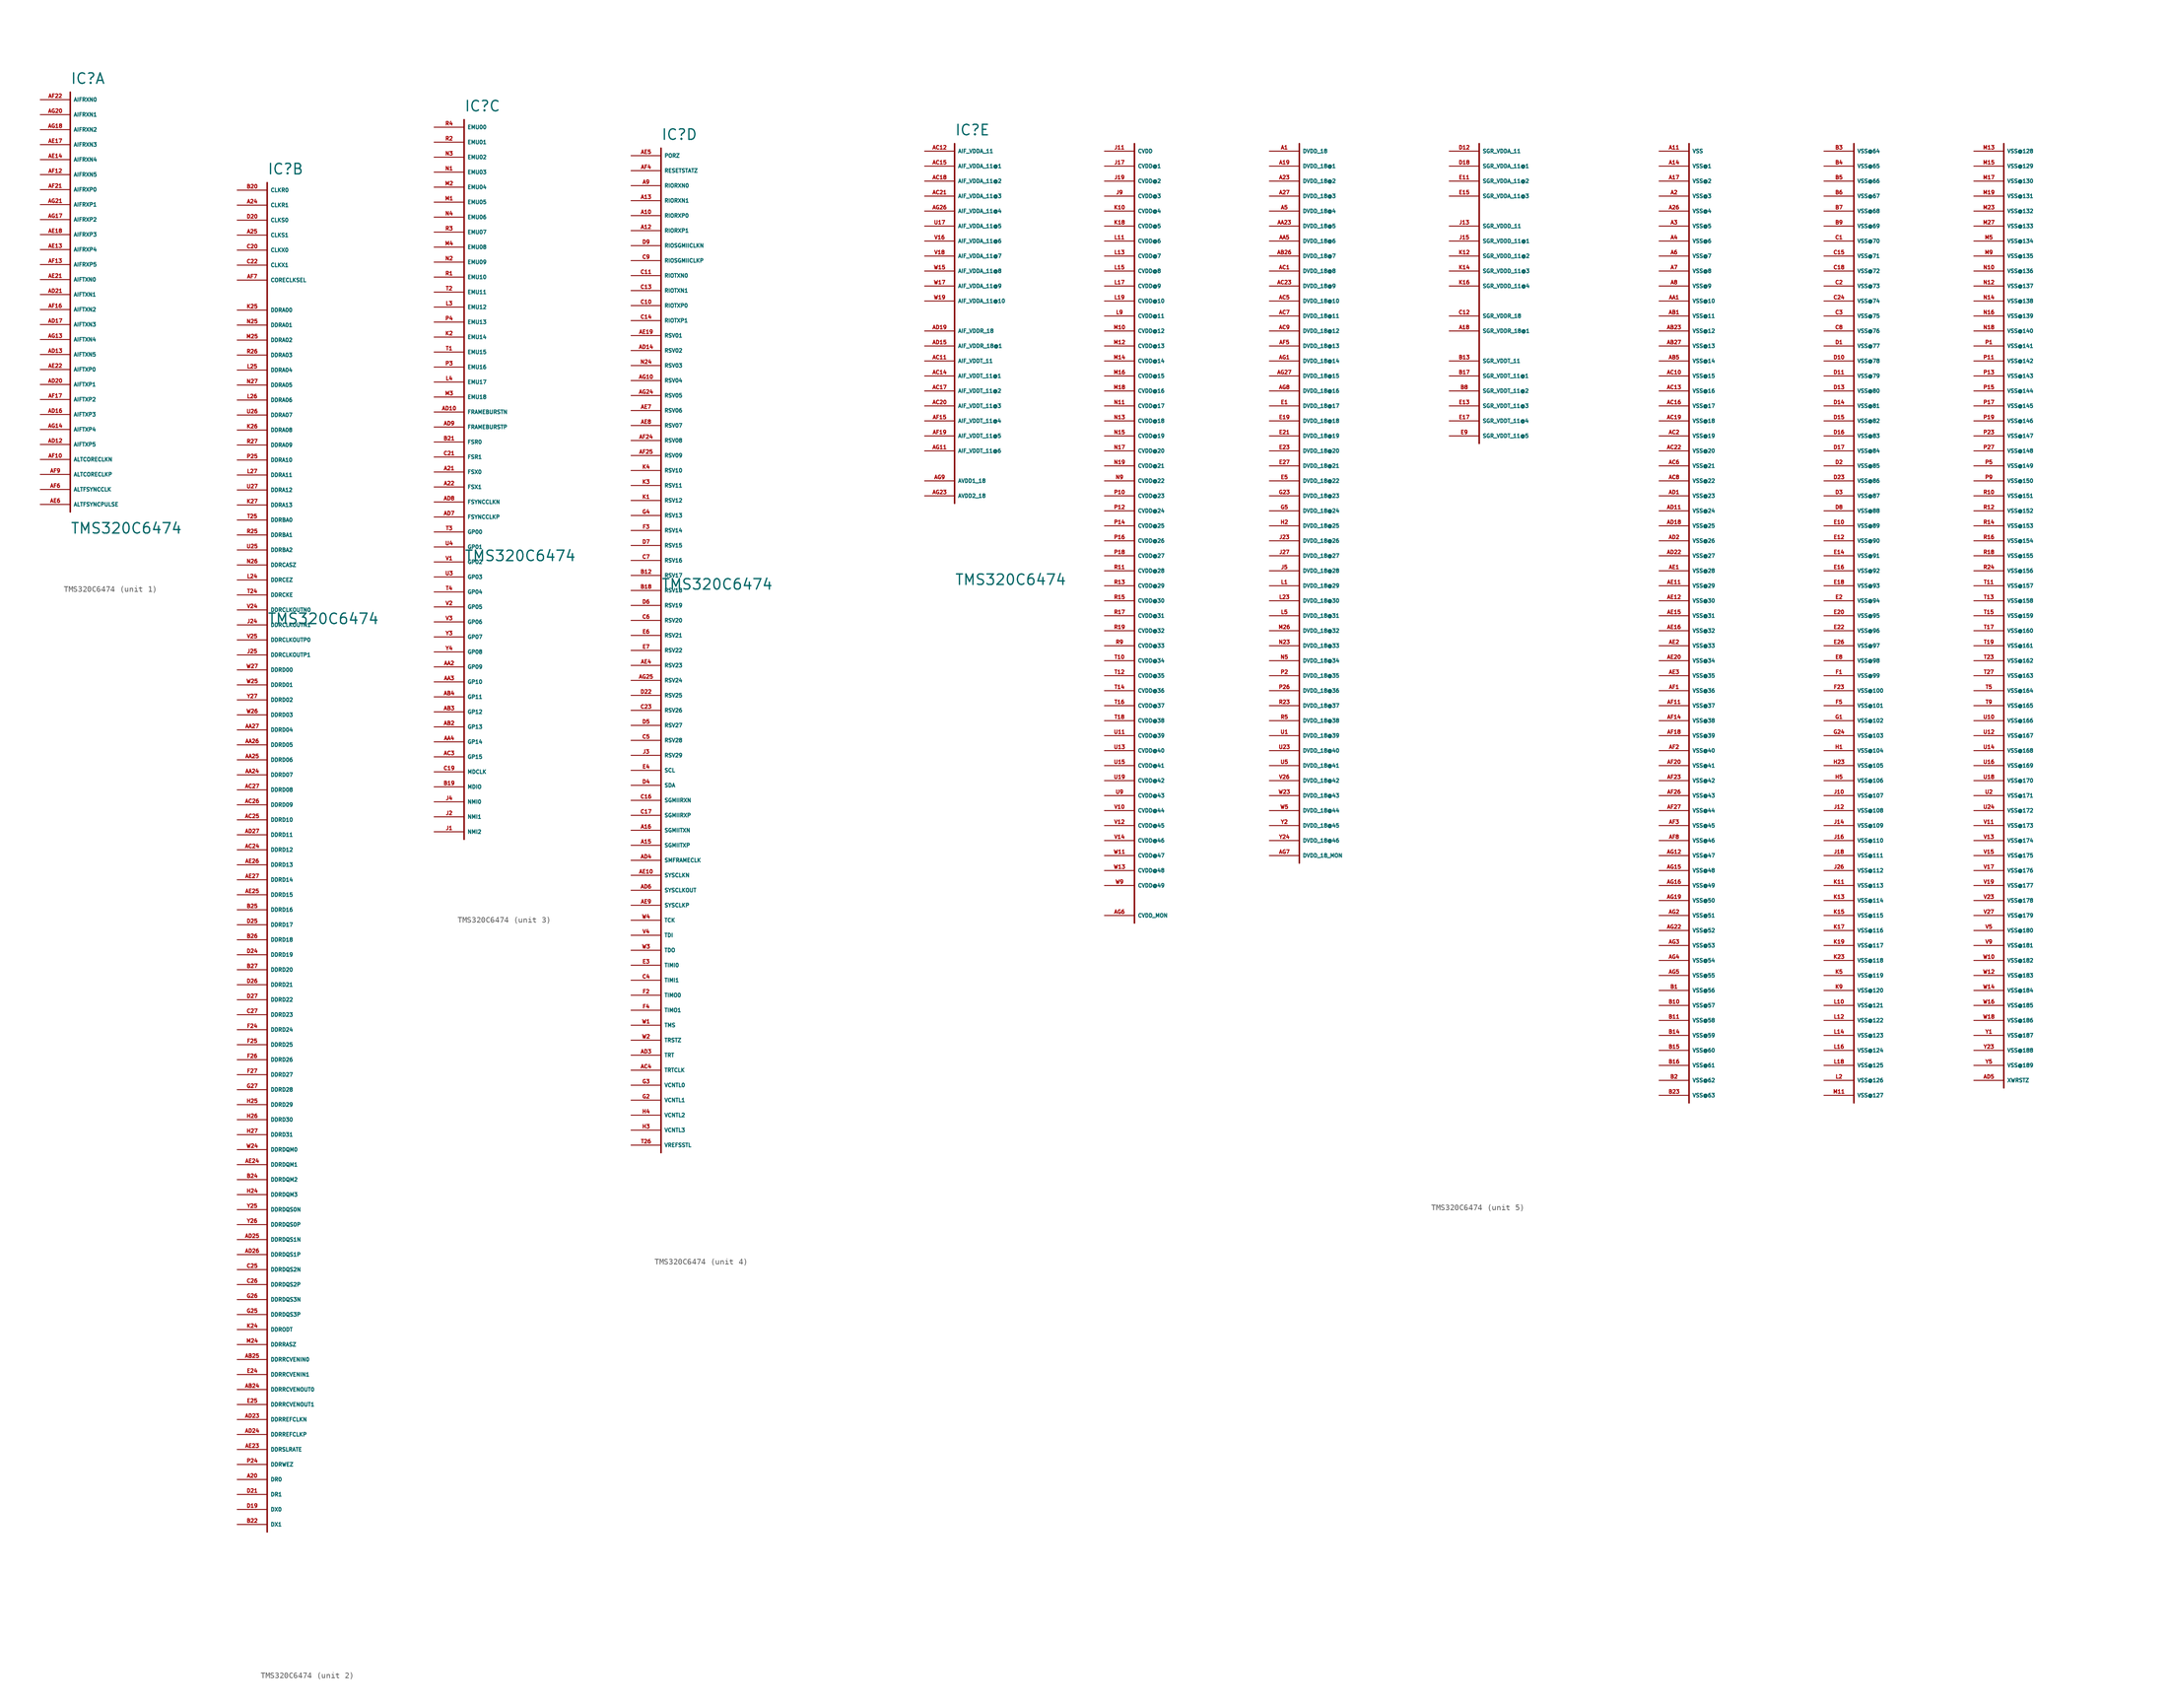
<source format=kicad_sym>
(kicad_symbol_lib
  (version 20220914)
  (generator Eagle2Kicad)
  (symbol "TMS320C6474"
    (property "Reference" "IC"
      (at 0 2.54 0)
      (effects (font (size 1.778 1.778) (thickness 0.22)) (justify left bottom)))
    (property "Value" "TMS320C6474"
      (at 0 -73.66 0)
      (effects (font (size 1.778 1.778) (thickness 0.22)) (justify left bottom)))
    (symbol "TMS320C6474_1_0"
      (polyline (pts (xy 0 1.27) (xy 0 -69.85)) (stroke (width 0.254) (type default)) (fill (type none)))
      (pin passive line (at -5.08 0 0) (length 5.08) (name "AIFRXN0" (effects (font (size 0.635 0.635) (thickness 0.08)) (justify left bottom))) (number "AF22" (effects (font (size 0.635 0.635) (thickness 0.08)) (justify left bottom))))
      (pin passive line (at -5.08 -2.54 0) (length 5.08) (name "AIFRXN1" (effects (font (size 0.635 0.635) (thickness 0.08)) (justify left bottom))) (number "AG20" (effects (font (size 0.635 0.635) (thickness 0.08)) (justify left bottom))))
      (pin passive line (at -5.08 -5.08 0) (length 5.08) (name "AIFRXN2" (effects (font (size 0.635 0.635) (thickness 0.08)) (justify left bottom))) (number "AG18" (effects (font (size 0.635 0.635) (thickness 0.08)) (justify left bottom))))
      (pin passive line (at -5.08 -7.62 0) (length 5.08) (name "AIFRXN3" (effects (font (size 0.635 0.635) (thickness 0.08)) (justify left bottom))) (number "AE17" (effects (font (size 0.635 0.635) (thickness 0.08)) (justify left bottom))))
      (pin passive line (at -5.08 -10.16 0) (length 5.08) (name "AIFRXN4" (effects (font (size 0.635 0.635) (thickness 0.08)) (justify left bottom))) (number "AE14" (effects (font (size 0.635 0.635) (thickness 0.08)) (justify left bottom))))
      (pin passive line (at -5.08 -12.7 0) (length 5.08) (name "AIFRXN5" (effects (font (size 0.635 0.635) (thickness 0.08)) (justify left bottom))) (number "AF12" (effects (font (size 0.635 0.635) (thickness 0.08)) (justify left bottom))))
      (pin passive line (at -5.08 -15.24 0) (length 5.08) (name "AIFRXP0" (effects (font (size 0.635 0.635) (thickness 0.08)) (justify left bottom))) (number "AF21" (effects (font (size 0.635 0.635) (thickness 0.08)) (justify left bottom))))
      (pin passive line (at -5.08 -17.78 0) (length 5.08) (name "AIFRXP1" (effects (font (size 0.635 0.635) (thickness 0.08)) (justify left bottom))) (number "AG21" (effects (font (size 0.635 0.635) (thickness 0.08)) (justify left bottom))))
      (pin passive line (at -5.08 -20.32 0) (length 5.08) (name "AIFRXP2" (effects (font (size 0.635 0.635) (thickness 0.08)) (justify left bottom))) (number "AG17" (effects (font (size 0.635 0.635) (thickness 0.08)) (justify left bottom))))
      (pin passive line (at -5.08 -22.86 0) (length 5.08) (name "AIFRXP3" (effects (font (size 0.635 0.635) (thickness 0.08)) (justify left bottom))) (number "AE18" (effects (font (size 0.635 0.635) (thickness 0.08)) (justify left bottom))))
      (pin passive line (at -5.08 -25.4 0) (length 5.08) (name "AIFRXP4" (effects (font (size 0.635 0.635) (thickness 0.08)) (justify left bottom))) (number "AE13" (effects (font (size 0.635 0.635) (thickness 0.08)) (justify left bottom))))
      (pin passive line (at -5.08 -27.94 0) (length 5.08) (name "AIFRXP5" (effects (font (size 0.635 0.635) (thickness 0.08)) (justify left bottom))) (number "AF13" (effects (font (size 0.635 0.635) (thickness 0.08)) (justify left bottom))))
      (pin passive line (at -5.08 -30.48 0) (length 5.08) (name "AIFTXN0" (effects (font (size 0.635 0.635) (thickness 0.08)) (justify left bottom))) (number "AE21" (effects (font (size 0.635 0.635) (thickness 0.08)) (justify left bottom))))
      (pin passive line (at -5.08 -33.02 0) (length 5.08) (name "AIFTXN1" (effects (font (size 0.635 0.635) (thickness 0.08)) (justify left bottom))) (number "AD21" (effects (font (size 0.635 0.635) (thickness 0.08)) (justify left bottom))))
      (pin passive line (at -5.08 -35.56 0) (length 5.08) (name "AIFTXN2" (effects (font (size 0.635 0.635) (thickness 0.08)) (justify left bottom))) (number "AF16" (effects (font (size 0.635 0.635) (thickness 0.08)) (justify left bottom))))
      (pin passive line (at -5.08 -38.1 0) (length 5.08) (name "AIFTXN3" (effects (font (size 0.635 0.635) (thickness 0.08)) (justify left bottom))) (number "AD17" (effects (font (size 0.635 0.635) (thickness 0.08)) (justify left bottom))))
      (pin passive line (at -5.08 -40.64 0) (length 5.08) (name "AIFTXN4" (effects (font (size 0.635 0.635) (thickness 0.08)) (justify left bottom))) (number "AG13" (effects (font (size 0.635 0.635) (thickness 0.08)) (justify left bottom))))
      (pin passive line (at -5.08 -43.18 0) (length 5.08) (name "AIFTXN5" (effects (font (size 0.635 0.635) (thickness 0.08)) (justify left bottom))) (number "AD13" (effects (font (size 0.635 0.635) (thickness 0.08)) (justify left bottom))))
      (pin passive line (at -5.08 -45.72 0) (length 5.08) (name "AIFTXP0" (effects (font (size 0.635 0.635) (thickness 0.08)) (justify left bottom))) (number "AE22" (effects (font (size 0.635 0.635) (thickness 0.08)) (justify left bottom))))
      (pin passive line (at -5.08 -48.26 0) (length 5.08) (name "AIFTXP1" (effects (font (size 0.635 0.635) (thickness 0.08)) (justify left bottom))) (number "AD20" (effects (font (size 0.635 0.635) (thickness 0.08)) (justify left bottom))))
      (pin passive line (at -5.08 -50.8 0) (length 5.08) (name "AIFTXP2" (effects (font (size 0.635 0.635) (thickness 0.08)) (justify left bottom))) (number "AF17" (effects (font (size 0.635 0.635) (thickness 0.08)) (justify left bottom))))
      (pin passive line (at -5.08 -53.34 0) (length 5.08) (name "AIFTXP3" (effects (font (size 0.635 0.635) (thickness 0.08)) (justify left bottom))) (number "AD16" (effects (font (size 0.635 0.635) (thickness 0.08)) (justify left bottom))))
      (pin passive line (at -5.08 -55.88 0) (length 5.08) (name "AIFTXP4" (effects (font (size 0.635 0.635) (thickness 0.08)) (justify left bottom))) (number "AG14" (effects (font (size 0.635 0.635) (thickness 0.08)) (justify left bottom))))
      (pin passive line (at -5.08 -58.42 0) (length 5.08) (name "AIFTXP5" (effects (font (size 0.635 0.635) (thickness 0.08)) (justify left bottom))) (number "AD12" (effects (font (size 0.635 0.635) (thickness 0.08)) (justify left bottom))))
      (pin passive line (at -5.08 -60.96 0) (length 5.08) (name "ALTCORECLKN" (effects (font (size 0.635 0.635) (thickness 0.08)) (justify left bottom))) (number "AF10" (effects (font (size 0.635 0.635) (thickness 0.08)) (justify left bottom))))
      (pin passive line (at -5.08 -63.5 0) (length 5.08) (name "ALTCORECLKP" (effects (font (size 0.635 0.635) (thickness 0.08)) (justify left bottom))) (number "AF9" (effects (font (size 0.635 0.635) (thickness 0.08)) (justify left bottom))))
      (pin passive line (at -5.08 -66.04 0) (length 5.08) (name "ALTFSYNCCLK" (effects (font (size 0.635 0.635) (thickness 0.08)) (justify left bottom))) (number "AF6" (effects (font (size 0.635 0.635) (thickness 0.08)) (justify left bottom))))
      (pin passive line (at -5.08 -68.58 0) (length 5.08) (name "ALTFSYNCPULSE" (effects (font (size 0.635 0.635) (thickness 0.08)) (justify left bottom))) (number "AE6" (effects (font (size 0.635 0.635) (thickness 0.08)) (justify left bottom)))))
    (symbol "TMS320C6474_2_0"
      (polyline (pts (xy 0 -227.33) (xy 0 1.27)) (stroke (width 0.254) (type default)) (fill (type none)))
      (pin passive line (at -5.08 0 0) (length 5.08) (name "CLKR0" (effects (font (size 0.635 0.635) (thickness 0.08)) (justify left bottom))) (number "B20" (effects (font (size 0.635 0.635) (thickness 0.08)) (justify left bottom))))
      (pin passive line (at -5.08 -2.54 0) (length 5.08) (name "CLKR1" (effects (font (size 0.635 0.635) (thickness 0.08)) (justify left bottom))) (number "A24" (effects (font (size 0.635 0.635) (thickness 0.08)) (justify left bottom))))
      (pin passive line (at -5.08 -5.08 0) (length 5.08) (name "CLKS0" (effects (font (size 0.635 0.635) (thickness 0.08)) (justify left bottom))) (number "D20" (effects (font (size 0.635 0.635) (thickness 0.08)) (justify left bottom))))
      (pin passive line (at -5.08 -7.62 0) (length 5.08) (name "CLKS1" (effects (font (size 0.635 0.635) (thickness 0.08)) (justify left bottom))) (number "A25" (effects (font (size 0.635 0.635) (thickness 0.08)) (justify left bottom))))
      (pin passive line (at -5.08 -10.16 0) (length 5.08) (name "CLKX0" (effects (font (size 0.635 0.635) (thickness 0.08)) (justify left bottom))) (number "C20" (effects (font (size 0.635 0.635) (thickness 0.08)) (justify left bottom))))
      (pin passive line (at -5.08 -12.7 0) (length 5.08) (name "CLKX1" (effects (font (size 0.635 0.635) (thickness 0.08)) (justify left bottom))) (number "C22" (effects (font (size 0.635 0.635) (thickness 0.08)) (justify left bottom))))
      (pin passive line (at -5.08 -15.24 0) (length 5.08) (name "CORECLKSEL" (effects (font (size 0.635 0.635) (thickness 0.08)) (justify left bottom))) (number "AF7" (effects (font (size 0.635 0.635) (thickness 0.08)) (justify left bottom))))
      (pin passive line (at -5.08 -20.32 0) (length 5.08) (name "DDRA00" (effects (font (size 0.635 0.635) (thickness 0.08)) (justify left bottom))) (number "K25" (effects (font (size 0.635 0.635) (thickness 0.08)) (justify left bottom))))
      (pin passive line (at -5.08 -22.86 0) (length 5.08) (name "DDRA01" (effects (font (size 0.635 0.635) (thickness 0.08)) (justify left bottom))) (number "N25" (effects (font (size 0.635 0.635) (thickness 0.08)) (justify left bottom))))
      (pin passive line (at -5.08 -25.4 0) (length 5.08) (name "DDRA02" (effects (font (size 0.635 0.635) (thickness 0.08)) (justify left bottom))) (number "M25" (effects (font (size 0.635 0.635) (thickness 0.08)) (justify left bottom))))
      (pin passive line (at -5.08 -27.94 0) (length 5.08) (name "DDRA03" (effects (font (size 0.635 0.635) (thickness 0.08)) (justify left bottom))) (number "R26" (effects (font (size 0.635 0.635) (thickness 0.08)) (justify left bottom))))
      (pin passive line (at -5.08 -30.48 0) (length 5.08) (name "DDRA04" (effects (font (size 0.635 0.635) (thickness 0.08)) (justify left bottom))) (number "L25" (effects (font (size 0.635 0.635) (thickness 0.08)) (justify left bottom))))
      (pin passive line (at -5.08 -33.02 0) (length 5.08) (name "DDRA05" (effects (font (size 0.635 0.635) (thickness 0.08)) (justify left bottom))) (number "N27" (effects (font (size 0.635 0.635) (thickness 0.08)) (justify left bottom))))
      (pin passive line (at -5.08 -35.56 0) (length 5.08) (name "DDRA06" (effects (font (size 0.635 0.635) (thickness 0.08)) (justify left bottom))) (number "L26" (effects (font (size 0.635 0.635) (thickness 0.08)) (justify left bottom))))
      (pin passive line (at -5.08 -38.1 0) (length 5.08) (name "DDRA07" (effects (font (size 0.635 0.635) (thickness 0.08)) (justify left bottom))) (number "U26" (effects (font (size 0.635 0.635) (thickness 0.08)) (justify left bottom))))
      (pin passive line (at -5.08 -40.64 0) (length 5.08) (name "DDRA08" (effects (font (size 0.635 0.635) (thickness 0.08)) (justify left bottom))) (number "K26" (effects (font (size 0.635 0.635) (thickness 0.08)) (justify left bottom))))
      (pin passive line (at -5.08 -43.18 0) (length 5.08) (name "DDRA09" (effects (font (size 0.635 0.635) (thickness 0.08)) (justify left bottom))) (number "R27" (effects (font (size 0.635 0.635) (thickness 0.08)) (justify left bottom))))
      (pin passive line (at -5.08 -45.72 0) (length 5.08) (name "DDRA10" (effects (font (size 0.635 0.635) (thickness 0.08)) (justify left bottom))) (number "P25" (effects (font (size 0.635 0.635) (thickness 0.08)) (justify left bottom))))
      (pin passive line (at -5.08 -48.26 0) (length 5.08) (name "DDRA11" (effects (font (size 0.635 0.635) (thickness 0.08)) (justify left bottom))) (number "L27" (effects (font (size 0.635 0.635) (thickness 0.08)) (justify left bottom))))
      (pin passive line (at -5.08 -50.8 0) (length 5.08) (name "DDRA12" (effects (font (size 0.635 0.635) (thickness 0.08)) (justify left bottom))) (number "U27" (effects (font (size 0.635 0.635) (thickness 0.08)) (justify left bottom))))
      (pin passive line (at -5.08 -53.34 0) (length 5.08) (name "DDRA13" (effects (font (size 0.635 0.635) (thickness 0.08)) (justify left bottom))) (number "K27" (effects (font (size 0.635 0.635) (thickness 0.08)) (justify left bottom))))
      (pin passive line (at -5.08 -55.88 0) (length 5.08) (name "DDRBA0" (effects (font (size 0.635 0.635) (thickness 0.08)) (justify left bottom))) (number "T25" (effects (font (size 0.635 0.635) (thickness 0.08)) (justify left bottom))))
      (pin passive line (at -5.08 -58.42 0) (length 5.08) (name "DDRBA1" (effects (font (size 0.635 0.635) (thickness 0.08)) (justify left bottom))) (number "R25" (effects (font (size 0.635 0.635) (thickness 0.08)) (justify left bottom))))
      (pin passive line (at -5.08 -60.96 0) (length 5.08) (name "DDRBA2" (effects (font (size 0.635 0.635) (thickness 0.08)) (justify left bottom))) (number "U25" (effects (font (size 0.635 0.635) (thickness 0.08)) (justify left bottom))))
      (pin passive line (at -5.08 -63.5 0) (length 5.08) (name "DDRCASZ" (effects (font (size 0.635 0.635) (thickness 0.08)) (justify left bottom))) (number "N26" (effects (font (size 0.635 0.635) (thickness 0.08)) (justify left bottom))))
      (pin passive line (at -5.08 -66.04 0) (length 5.08) (name "DDRCEZ" (effects (font (size 0.635 0.635) (thickness 0.08)) (justify left bottom))) (number "L24" (effects (font (size 0.635 0.635) (thickness 0.08)) (justify left bottom))))
      (pin passive line (at -5.08 -68.58 0) (length 5.08) (name "DDRCKE" (effects (font (size 0.635 0.635) (thickness 0.08)) (justify left bottom))) (number "T24" (effects (font (size 0.635 0.635) (thickness 0.08)) (justify left bottom))))
      (pin passive line (at -5.08 -71.12 0) (length 5.08) (name "DDRCLKOUTN0" (effects (font (size 0.635 0.635) (thickness 0.08)) (justify left bottom))) (number "V24" (effects (font (size 0.635 0.635) (thickness 0.08)) (justify left bottom))))
      (pin passive line (at -5.08 -73.66 0) (length 5.08) (name "DDRCLKOUTN1" (effects (font (size 0.635 0.635) (thickness 0.08)) (justify left bottom))) (number "J24" (effects (font (size 0.635 0.635) (thickness 0.08)) (justify left bottom))))
      (pin passive line (at -5.08 -76.2 0) (length 5.08) (name "DDRCLKOUTP0" (effects (font (size 0.635 0.635) (thickness 0.08)) (justify left bottom))) (number "V25" (effects (font (size 0.635 0.635) (thickness 0.08)) (justify left bottom))))
      (pin passive line (at -5.08 -78.74 0) (length 5.08) (name "DDRCLKOUTP1" (effects (font (size 0.635 0.635) (thickness 0.08)) (justify left bottom))) (number "J25" (effects (font (size 0.635 0.635) (thickness 0.08)) (justify left bottom))))
      (pin passive line (at -5.08 -81.28 0) (length 5.08) (name "DDRD00" (effects (font (size 0.635 0.635) (thickness 0.08)) (justify left bottom))) (number "W27" (effects (font (size 0.635 0.635) (thickness 0.08)) (justify left bottom))))
      (pin passive line (at -5.08 -83.82 0) (length 5.08) (name "DDRD01" (effects (font (size 0.635 0.635) (thickness 0.08)) (justify left bottom))) (number "W25" (effects (font (size 0.635 0.635) (thickness 0.08)) (justify left bottom))))
      (pin passive line (at -5.08 -86.36 0) (length 5.08) (name "DDRD02" (effects (font (size 0.635 0.635) (thickness 0.08)) (justify left bottom))) (number "Y27" (effects (font (size 0.635 0.635) (thickness 0.08)) (justify left bottom))))
      (pin passive line (at -5.08 -88.9 0) (length 5.08) (name "DDRD03" (effects (font (size 0.635 0.635) (thickness 0.08)) (justify left bottom))) (number "W26" (effects (font (size 0.635 0.635) (thickness 0.08)) (justify left bottom))))
      (pin passive line (at -5.08 -91.44 0) (length 5.08) (name "DDRD04" (effects (font (size 0.635 0.635) (thickness 0.08)) (justify left bottom))) (number "AA27" (effects (font (size 0.635 0.635) (thickness 0.08)) (justify left bottom))))
      (pin passive line (at -5.08 -93.98 0) (length 5.08) (name "DDRD05" (effects (font (size 0.635 0.635) (thickness 0.08)) (justify left bottom))) (number "AA26" (effects (font (size 0.635 0.635) (thickness 0.08)) (justify left bottom))))
      (pin passive line (at -5.08 -96.52 0) (length 5.08) (name "DDRD06" (effects (font (size 0.635 0.635) (thickness 0.08)) (justify left bottom))) (number "AA25" (effects (font (size 0.635 0.635) (thickness 0.08)) (justify left bottom))))
      (pin passive line (at -5.08 -99.06 0) (length 5.08) (name "DDRD07" (effects (font (size 0.635 0.635) (thickness 0.08)) (justify left bottom))) (number "AA24" (effects (font (size 0.635 0.635) (thickness 0.08)) (justify left bottom))))
      (pin passive line (at -5.08 -101.6 0) (length 5.08) (name "DDRD08" (effects (font (size 0.635 0.635) (thickness 0.08)) (justify left bottom))) (number "AC27" (effects (font (size 0.635 0.635) (thickness 0.08)) (justify left bottom))))
      (pin passive line (at -5.08 -104.14 0) (length 5.08) (name "DDRD09" (effects (font (size 0.635 0.635) (thickness 0.08)) (justify left bottom))) (number "AC26" (effects (font (size 0.635 0.635) (thickness 0.08)) (justify left bottom))))
      (pin passive line (at -5.08 -106.68 0) (length 5.08) (name "DDRD10" (effects (font (size 0.635 0.635) (thickness 0.08)) (justify left bottom))) (number "AC25" (effects (font (size 0.635 0.635) (thickness 0.08)) (justify left bottom))))
      (pin passive line (at -5.08 -109.22 0) (length 5.08) (name "DDRD11" (effects (font (size 0.635 0.635) (thickness 0.08)) (justify left bottom))) (number "AD27" (effects (font (size 0.635 0.635) (thickness 0.08)) (justify left bottom))))
      (pin passive line (at -5.08 -111.76 0) (length 5.08) (name "DDRD12" (effects (font (size 0.635 0.635) (thickness 0.08)) (justify left bottom))) (number "AC24" (effects (font (size 0.635 0.635) (thickness 0.08)) (justify left bottom))))
      (pin passive line (at -5.08 -114.3 0) (length 5.08) (name "DDRD13" (effects (font (size 0.635 0.635) (thickness 0.08)) (justify left bottom))) (number "AE26" (effects (font (size 0.635 0.635) (thickness 0.08)) (justify left bottom))))
      (pin passive line (at -5.08 -116.84 0) (length 5.08) (name "DDRD14" (effects (font (size 0.635 0.635) (thickness 0.08)) (justify left bottom))) (number "AE27" (effects (font (size 0.635 0.635) (thickness 0.08)) (justify left bottom))))
      (pin passive line (at -5.08 -119.38 0) (length 5.08) (name "DDRD15" (effects (font (size 0.635 0.635) (thickness 0.08)) (justify left bottom))) (number "AE25" (effects (font (size 0.635 0.635) (thickness 0.08)) (justify left bottom))))
      (pin passive line (at -5.08 -121.92 0) (length 5.08) (name "DDRD16" (effects (font (size 0.635 0.635) (thickness 0.08)) (justify left bottom))) (number "B25" (effects (font (size 0.635 0.635) (thickness 0.08)) (justify left bottom))))
      (pin passive line (at -5.08 -124.46 0) (length 5.08) (name "DDRD17" (effects (font (size 0.635 0.635) (thickness 0.08)) (justify left bottom))) (number "D25" (effects (font (size 0.635 0.635) (thickness 0.08)) (justify left bottom))))
      (pin passive line (at -5.08 -127 0) (length 5.08) (name "DDRD18" (effects (font (size 0.635 0.635) (thickness 0.08)) (justify left bottom))) (number "B26" (effects (font (size 0.635 0.635) (thickness 0.08)) (justify left bottom))))
      (pin passive line (at -5.08 -129.54 0) (length 5.08) (name "DDRD19" (effects (font (size 0.635 0.635) (thickness 0.08)) (justify left bottom))) (number "D24" (effects (font (size 0.635 0.635) (thickness 0.08)) (justify left bottom))))
      (pin passive line (at -5.08 -132.08 0) (length 5.08) (name "DDRD20" (effects (font (size 0.635 0.635) (thickness 0.08)) (justify left bottom))) (number "B27" (effects (font (size 0.635 0.635) (thickness 0.08)) (justify left bottom))))
      (pin passive line (at -5.08 -134.62 0) (length 5.08) (name "DDRD21" (effects (font (size 0.635 0.635) (thickness 0.08)) (justify left bottom))) (number "D26" (effects (font (size 0.635 0.635) (thickness 0.08)) (justify left bottom))))
      (pin passive line (at -5.08 -137.16 0) (length 5.08) (name "DDRD22" (effects (font (size 0.635 0.635) (thickness 0.08)) (justify left bottom))) (number "D27" (effects (font (size 0.635 0.635) (thickness 0.08)) (justify left bottom))))
      (pin passive line (at -5.08 -139.7 0) (length 5.08) (name "DDRD23" (effects (font (size 0.635 0.635) (thickness 0.08)) (justify left bottom))) (number "C27" (effects (font (size 0.635 0.635) (thickness 0.08)) (justify left bottom))))
      (pin passive line (at -5.08 -142.24 0) (length 5.08) (name "DDRD24" (effects (font (size 0.635 0.635) (thickness 0.08)) (justify left bottom))) (number "F24" (effects (font (size 0.635 0.635) (thickness 0.08)) (justify left bottom))))
      (pin passive line (at -5.08 -144.78 0) (length 5.08) (name "DDRD25" (effects (font (size 0.635 0.635) (thickness 0.08)) (justify left bottom))) (number "F25" (effects (font (size 0.635 0.635) (thickness 0.08)) (justify left bottom))))
      (pin passive line (at -5.08 -147.32 0) (length 5.08) (name "DDRD26" (effects (font (size 0.635 0.635) (thickness 0.08)) (justify left bottom))) (number "F26" (effects (font (size 0.635 0.635) (thickness 0.08)) (justify left bottom))))
      (pin passive line (at -5.08 -149.86 0) (length 5.08) (name "DDRD27" (effects (font (size 0.635 0.635) (thickness 0.08)) (justify left bottom))) (number "F27" (effects (font (size 0.635 0.635) (thickness 0.08)) (justify left bottom))))
      (pin passive line (at -5.08 -152.4 0) (length 5.08) (name "DDRD28" (effects (font (size 0.635 0.635) (thickness 0.08)) (justify left bottom))) (number "G27" (effects (font (size 0.635 0.635) (thickness 0.08)) (justify left bottom))))
      (pin passive line (at -5.08 -154.94 0) (length 5.08) (name "DDRD29" (effects (font (size 0.635 0.635) (thickness 0.08)) (justify left bottom))) (number "H25" (effects (font (size 0.635 0.635) (thickness 0.08)) (justify left bottom))))
      (pin passive line (at -5.08 -157.48 0) (length 5.08) (name "DDRD30" (effects (font (size 0.635 0.635) (thickness 0.08)) (justify left bottom))) (number "H26" (effects (font (size 0.635 0.635) (thickness 0.08)) (justify left bottom))))
      (pin passive line (at -5.08 -160.02 0) (length 5.08) (name "DDRD31" (effects (font (size 0.635 0.635) (thickness 0.08)) (justify left bottom))) (number "H27" (effects (font (size 0.635 0.635) (thickness 0.08)) (justify left bottom))))
      (pin passive line (at -5.08 -162.56 0) (length 5.08) (name "DDRDQM0" (effects (font (size 0.635 0.635) (thickness 0.08)) (justify left bottom))) (number "W24" (effects (font (size 0.635 0.635) (thickness 0.08)) (justify left bottom))))
      (pin passive line (at -5.08 -165.1 0) (length 5.08) (name "DDRDQM1" (effects (font (size 0.635 0.635) (thickness 0.08)) (justify left bottom))) (number "AE24" (effects (font (size 0.635 0.635) (thickness 0.08)) (justify left bottom))))
      (pin passive line (at -5.08 -167.64 0) (length 5.08) (name "DDRDQM2" (effects (font (size 0.635 0.635) (thickness 0.08)) (justify left bottom))) (number "B24" (effects (font (size 0.635 0.635) (thickness 0.08)) (justify left bottom))))
      (pin passive line (at -5.08 -170.18 0) (length 5.08) (name "DDRDQM3" (effects (font (size 0.635 0.635) (thickness 0.08)) (justify left bottom))) (number "H24" (effects (font (size 0.635 0.635) (thickness 0.08)) (justify left bottom))))
      (pin passive line (at -5.08 -172.72 0) (length 5.08) (name "DDRDQS0N" (effects (font (size 0.635 0.635) (thickness 0.08)) (justify left bottom))) (number "Y25" (effects (font (size 0.635 0.635) (thickness 0.08)) (justify left bottom))))
      (pin passive line (at -5.08 -175.26 0) (length 5.08) (name "DDRDQS0P" (effects (font (size 0.635 0.635) (thickness 0.08)) (justify left bottom))) (number "Y26" (effects (font (size 0.635 0.635) (thickness 0.08)) (justify left bottom))))
      (pin passive line (at -5.08 -177.8 0) (length 5.08) (name "DDRDQS1N" (effects (font (size 0.635 0.635) (thickness 0.08)) (justify left bottom))) (number "AD25" (effects (font (size 0.635 0.635) (thickness 0.08)) (justify left bottom))))
      (pin passive line (at -5.08 -180.34 0) (length 5.08) (name "DDRDQS1P" (effects (font (size 0.635 0.635) (thickness 0.08)) (justify left bottom))) (number "AD26" (effects (font (size 0.635 0.635) (thickness 0.08)) (justify left bottom))))
      (pin passive line (at -5.08 -182.88 0) (length 5.08) (name "DDRDQS2N" (effects (font (size 0.635 0.635) (thickness 0.08)) (justify left bottom))) (number "C25" (effects (font (size 0.635 0.635) (thickness 0.08)) (justify left bottom))))
      (pin passive line (at -5.08 -185.42 0) (length 5.08) (name "DDRDQS2P" (effects (font (size 0.635 0.635) (thickness 0.08)) (justify left bottom))) (number "C26" (effects (font (size 0.635 0.635) (thickness 0.08)) (justify left bottom))))
      (pin passive line (at -5.08 -187.96 0) (length 5.08) (name "DDRDQS3N" (effects (font (size 0.635 0.635) (thickness 0.08)) (justify left bottom))) (number "G26" (effects (font (size 0.635 0.635) (thickness 0.08)) (justify left bottom))))
      (pin passive line (at -5.08 -190.5 0) (length 5.08) (name "DDRDQS3P" (effects (font (size 0.635 0.635) (thickness 0.08)) (justify left bottom))) (number "G25" (effects (font (size 0.635 0.635) (thickness 0.08)) (justify left bottom))))
      (pin passive line (at -5.08 -193.04 0) (length 5.08) (name "DDRODT" (effects (font (size 0.635 0.635) (thickness 0.08)) (justify left bottom))) (number "K24" (effects (font (size 0.635 0.635) (thickness 0.08)) (justify left bottom))))
      (pin passive line (at -5.08 -195.58 0) (length 5.08) (name "DDRRASZ" (effects (font (size 0.635 0.635) (thickness 0.08)) (justify left bottom))) (number "M24" (effects (font (size 0.635 0.635) (thickness 0.08)) (justify left bottom))))
      (pin passive line (at -5.08 -198.12 0) (length 5.08) (name "DDRRCVENIN0" (effects (font (size 0.635 0.635) (thickness 0.08)) (justify left bottom))) (number "AB25" (effects (font (size 0.635 0.635) (thickness 0.08)) (justify left bottom))))
      (pin passive line (at -5.08 -200.66 0) (length 5.08) (name "DDRRCVENIN1" (effects (font (size 0.635 0.635) (thickness 0.08)) (justify left bottom))) (number "E24" (effects (font (size 0.635 0.635) (thickness 0.08)) (justify left bottom))))
      (pin passive line (at -5.08 -203.2 0) (length 5.08) (name "DDRRCVENOUT0" (effects (font (size 0.635 0.635) (thickness 0.08)) (justify left bottom))) (number "AB24" (effects (font (size 0.635 0.635) (thickness 0.08)) (justify left bottom))))
      (pin passive line (at -5.08 -205.74 0) (length 5.08) (name "DDRRCVENOUT1" (effects (font (size 0.635 0.635) (thickness 0.08)) (justify left bottom))) (number "E25" (effects (font (size 0.635 0.635) (thickness 0.08)) (justify left bottom))))
      (pin passive line (at -5.08 -208.28 0) (length 5.08) (name "DDRREFCLKN" (effects (font (size 0.635 0.635) (thickness 0.08)) (justify left bottom))) (number "AD23" (effects (font (size 0.635 0.635) (thickness 0.08)) (justify left bottom))))
      (pin passive line (at -5.08 -210.82 0) (length 5.08) (name "DDRREFCLKP" (effects (font (size 0.635 0.635) (thickness 0.08)) (justify left bottom))) (number "AD24" (effects (font (size 0.635 0.635) (thickness 0.08)) (justify left bottom))))
      (pin passive line (at -5.08 -213.36 0) (length 5.08) (name "DDRSLRATE" (effects (font (size 0.635 0.635) (thickness 0.08)) (justify left bottom))) (number "AE23" (effects (font (size 0.635 0.635) (thickness 0.08)) (justify left bottom))))
      (pin passive line (at -5.08 -215.9 0) (length 5.08) (name "DDRWEZ" (effects (font (size 0.635 0.635) (thickness 0.08)) (justify left bottom))) (number "P24" (effects (font (size 0.635 0.635) (thickness 0.08)) (justify left bottom))))
      (pin passive line (at -5.08 -218.44 0) (length 5.08) (name "DR0" (effects (font (size 0.635 0.635) (thickness 0.08)) (justify left bottom))) (number "A20" (effects (font (size 0.635 0.635) (thickness 0.08)) (justify left bottom))))
      (pin passive line (at -5.08 -220.98 0) (length 5.08) (name "DR1" (effects (font (size 0.635 0.635) (thickness 0.08)) (justify left bottom))) (number "D21" (effects (font (size 0.635 0.635) (thickness 0.08)) (justify left bottom))))
      (pin passive line (at -5.08 -223.52 0) (length 5.08) (name "DX0" (effects (font (size 0.635 0.635) (thickness 0.08)) (justify left bottom))) (number "D19" (effects (font (size 0.635 0.635) (thickness 0.08)) (justify left bottom))))
      (pin passive line (at -5.08 -226.06 0) (length 5.08) (name "DX1" (effects (font (size 0.635 0.635) (thickness 0.08)) (justify left bottom))) (number "B22" (effects (font (size 0.635 0.635) (thickness 0.08)) (justify left bottom)))))
    (symbol "TMS320C6474_3_0"
      (polyline (pts (xy 0 1.27) (xy 0 -120.65)) (stroke (width 0.254) (type default)) (fill (type none)))
      (pin passive line (at -5.08 0 0) (length 5.08) (name "EMU00" (effects (font (size 0.635 0.635) (thickness 0.08)) (justify left bottom))) (number "R4" (effects (font (size 0.635 0.635) (thickness 0.08)) (justify left bottom))))
      (pin passive line (at -5.08 -2.54 0) (length 5.08) (name "EMU01" (effects (font (size 0.635 0.635) (thickness 0.08)) (justify left bottom))) (number "R2" (effects (font (size 0.635 0.635) (thickness 0.08)) (justify left bottom))))
      (pin passive line (at -5.08 -5.08 0) (length 5.08) (name "EMU02" (effects (font (size 0.635 0.635) (thickness 0.08)) (justify left bottom))) (number "N3" (effects (font (size 0.635 0.635) (thickness 0.08)) (justify left bottom))))
      (pin passive line (at -5.08 -7.62 0) (length 5.08) (name "EMU03" (effects (font (size 0.635 0.635) (thickness 0.08)) (justify left bottom))) (number "N1" (effects (font (size 0.635 0.635) (thickness 0.08)) (justify left bottom))))
      (pin passive line (at -5.08 -10.16 0) (length 5.08) (name "EMU04" (effects (font (size 0.635 0.635) (thickness 0.08)) (justify left bottom))) (number "M2" (effects (font (size 0.635 0.635) (thickness 0.08)) (justify left bottom))))
      (pin passive line (at -5.08 -12.7 0) (length 5.08) (name "EMU05" (effects (font (size 0.635 0.635) (thickness 0.08)) (justify left bottom))) (number "M1" (effects (font (size 0.635 0.635) (thickness 0.08)) (justify left bottom))))
      (pin passive line (at -5.08 -15.24 0) (length 5.08) (name "EMU06" (effects (font (size 0.635 0.635) (thickness 0.08)) (justify left bottom))) (number "N4" (effects (font (size 0.635 0.635) (thickness 0.08)) (justify left bottom))))
      (pin passive line (at -5.08 -17.78 0) (length 5.08) (name "EMU07" (effects (font (size 0.635 0.635) (thickness 0.08)) (justify left bottom))) (number "R3" (effects (font (size 0.635 0.635) (thickness 0.08)) (justify left bottom))))
      (pin passive line (at -5.08 -20.32 0) (length 5.08) (name "EMU08" (effects (font (size 0.635 0.635) (thickness 0.08)) (justify left bottom))) (number "M4" (effects (font (size 0.635 0.635) (thickness 0.08)) (justify left bottom))))
      (pin passive line (at -5.08 -22.86 0) (length 5.08) (name "EMU09" (effects (font (size 0.635 0.635) (thickness 0.08)) (justify left bottom))) (number "N2" (effects (font (size 0.635 0.635) (thickness 0.08)) (justify left bottom))))
      (pin passive line (at -5.08 -25.4 0) (length 5.08) (name "EMU10" (effects (font (size 0.635 0.635) (thickness 0.08)) (justify left bottom))) (number "R1" (effects (font (size 0.635 0.635) (thickness 0.08)) (justify left bottom))))
      (pin passive line (at -5.08 -27.94 0) (length 5.08) (name "EMU11" (effects (font (size 0.635 0.635) (thickness 0.08)) (justify left bottom))) (number "T2" (effects (font (size 0.635 0.635) (thickness 0.08)) (justify left bottom))))
      (pin passive line (at -5.08 -30.48 0) (length 5.08) (name "EMU12" (effects (font (size 0.635 0.635) (thickness 0.08)) (justify left bottom))) (number "L3" (effects (font (size 0.635 0.635) (thickness 0.08)) (justify left bottom))))
      (pin passive line (at -5.08 -33.02 0) (length 5.08) (name "EMU13" (effects (font (size 0.635 0.635) (thickness 0.08)) (justify left bottom))) (number "P4" (effects (font (size 0.635 0.635) (thickness 0.08)) (justify left bottom))))
      (pin passive line (at -5.08 -35.56 0) (length 5.08) (name "EMU14" (effects (font (size 0.635 0.635) (thickness 0.08)) (justify left bottom))) (number "K2" (effects (font (size 0.635 0.635) (thickness 0.08)) (justify left bottom))))
      (pin passive line (at -5.08 -38.1 0) (length 5.08) (name "EMU15" (effects (font (size 0.635 0.635) (thickness 0.08)) (justify left bottom))) (number "T1" (effects (font (size 0.635 0.635) (thickness 0.08)) (justify left bottom))))
      (pin passive line (at -5.08 -40.64 0) (length 5.08) (name "EMU16" (effects (font (size 0.635 0.635) (thickness 0.08)) (justify left bottom))) (number "P3" (effects (font (size 0.635 0.635) (thickness 0.08)) (justify left bottom))))
      (pin passive line (at -5.08 -43.18 0) (length 5.08) (name "EMU17" (effects (font (size 0.635 0.635) (thickness 0.08)) (justify left bottom))) (number "L4" (effects (font (size 0.635 0.635) (thickness 0.08)) (justify left bottom))))
      (pin passive line (at -5.08 -45.72 0) (length 5.08) (name "EMU18" (effects (font (size 0.635 0.635) (thickness 0.08)) (justify left bottom))) (number "M3" (effects (font (size 0.635 0.635) (thickness 0.08)) (justify left bottom))))
      (pin passive line (at -5.08 -48.26 0) (length 5.08) (name "FRAMEBURSTN" (effects (font (size 0.635 0.635) (thickness 0.08)) (justify left bottom))) (number "AD10" (effects (font (size 0.635 0.635) (thickness 0.08)) (justify left bottom))))
      (pin passive line (at -5.08 -50.8 0) (length 5.08) (name "FRAMEBURSTP" (effects (font (size 0.635 0.635) (thickness 0.08)) (justify left bottom))) (number "AD9" (effects (font (size 0.635 0.635) (thickness 0.08)) (justify left bottom))))
      (pin passive line (at -5.08 -53.34 0) (length 5.08) (name "FSR0" (effects (font (size 0.635 0.635) (thickness 0.08)) (justify left bottom))) (number "B21" (effects (font (size 0.635 0.635) (thickness 0.08)) (justify left bottom))))
      (pin passive line (at -5.08 -55.88 0) (length 5.08) (name "FSR1" (effects (font (size 0.635 0.635) (thickness 0.08)) (justify left bottom))) (number "C21" (effects (font (size 0.635 0.635) (thickness 0.08)) (justify left bottom))))
      (pin passive line (at -5.08 -58.42 0) (length 5.08) (name "FSX0" (effects (font (size 0.635 0.635) (thickness 0.08)) (justify left bottom))) (number "A21" (effects (font (size 0.635 0.635) (thickness 0.08)) (justify left bottom))))
      (pin passive line (at -5.08 -60.96 0) (length 5.08) (name "FSX1" (effects (font (size 0.635 0.635) (thickness 0.08)) (justify left bottom))) (number "A22" (effects (font (size 0.635 0.635) (thickness 0.08)) (justify left bottom))))
      (pin passive line (at -5.08 -63.5 0) (length 5.08) (name "FSYNCCLKN" (effects (font (size 0.635 0.635) (thickness 0.08)) (justify left bottom))) (number "AD8" (effects (font (size 0.635 0.635) (thickness 0.08)) (justify left bottom))))
      (pin passive line (at -5.08 -66.04 0) (length 5.08) (name "FSYNCCLKP" (effects (font (size 0.635 0.635) (thickness 0.08)) (justify left bottom))) (number "AD7" (effects (font (size 0.635 0.635) (thickness 0.08)) (justify left bottom))))
      (pin passive line (at -5.08 -68.58 0) (length 5.08) (name "GP00" (effects (font (size 0.635 0.635) (thickness 0.08)) (justify left bottom))) (number "T3" (effects (font (size 0.635 0.635) (thickness 0.08)) (justify left bottom))))
      (pin passive line (at -5.08 -71.12 0) (length 5.08) (name "GP01" (effects (font (size 0.635 0.635) (thickness 0.08)) (justify left bottom))) (number "U4" (effects (font (size 0.635 0.635) (thickness 0.08)) (justify left bottom))))
      (pin passive line (at -5.08 -73.66 0) (length 5.08) (name "GP02" (effects (font (size 0.635 0.635) (thickness 0.08)) (justify left bottom))) (number "V1" (effects (font (size 0.635 0.635) (thickness 0.08)) (justify left bottom))))
      (pin passive line (at -5.08 -76.2 0) (length 5.08) (name "GP03" (effects (font (size 0.635 0.635) (thickness 0.08)) (justify left bottom))) (number "U3" (effects (font (size 0.635 0.635) (thickness 0.08)) (justify left bottom))))
      (pin passive line (at -5.08 -78.74 0) (length 5.08) (name "GP04" (effects (font (size 0.635 0.635) (thickness 0.08)) (justify left bottom))) (number "T4" (effects (font (size 0.635 0.635) (thickness 0.08)) (justify left bottom))))
      (pin passive line (at -5.08 -81.28 0) (length 5.08) (name "GP05" (effects (font (size 0.635 0.635) (thickness 0.08)) (justify left bottom))) (number "V2" (effects (font (size 0.635 0.635) (thickness 0.08)) (justify left bottom))))
      (pin passive line (at -5.08 -83.82 0) (length 5.08) (name "GP06" (effects (font (size 0.635 0.635) (thickness 0.08)) (justify left bottom))) (number "V3" (effects (font (size 0.635 0.635) (thickness 0.08)) (justify left bottom))))
      (pin passive line (at -5.08 -86.36 0) (length 5.08) (name "GP07" (effects (font (size 0.635 0.635) (thickness 0.08)) (justify left bottom))) (number "Y3" (effects (font (size 0.635 0.635) (thickness 0.08)) (justify left bottom))))
      (pin passive line (at -5.08 -88.9 0) (length 5.08) (name "GP08" (effects (font (size 0.635 0.635) (thickness 0.08)) (justify left bottom))) (number "Y4" (effects (font (size 0.635 0.635) (thickness 0.08)) (justify left bottom))))
      (pin passive line (at -5.08 -91.44 0) (length 5.08) (name "GP09" (effects (font (size 0.635 0.635) (thickness 0.08)) (justify left bottom))) (number "AA2" (effects (font (size 0.635 0.635) (thickness 0.08)) (justify left bottom))))
      (pin passive line (at -5.08 -93.98 0) (length 5.08) (name "GP10" (effects (font (size 0.635 0.635) (thickness 0.08)) (justify left bottom))) (number "AA3" (effects (font (size 0.635 0.635) (thickness 0.08)) (justify left bottom))))
      (pin passive line (at -5.08 -96.52 0) (length 5.08) (name "GP11" (effects (font (size 0.635 0.635) (thickness 0.08)) (justify left bottom))) (number "AB4" (effects (font (size 0.635 0.635) (thickness 0.08)) (justify left bottom))))
      (pin passive line (at -5.08 -99.06 0) (length 5.08) (name "GP12" (effects (font (size 0.635 0.635) (thickness 0.08)) (justify left bottom))) (number "AB3" (effects (font (size 0.635 0.635) (thickness 0.08)) (justify left bottom))))
      (pin passive line (at -5.08 -101.6 0) (length 5.08) (name "GP13" (effects (font (size 0.635 0.635) (thickness 0.08)) (justify left bottom))) (number "AB2" (effects (font (size 0.635 0.635) (thickness 0.08)) (justify left bottom))))
      (pin passive line (at -5.08 -104.14 0) (length 5.08) (name "GP14" (effects (font (size 0.635 0.635) (thickness 0.08)) (justify left bottom))) (number "AA4" (effects (font (size 0.635 0.635) (thickness 0.08)) (justify left bottom))))
      (pin passive line (at -5.08 -106.68 0) (length 5.08) (name "GP15" (effects (font (size 0.635 0.635) (thickness 0.08)) (justify left bottom))) (number "AC3" (effects (font (size 0.635 0.635) (thickness 0.08)) (justify left bottom))))
      (pin passive line (at -5.08 -109.22 0) (length 5.08) (name "MDCLK" (effects (font (size 0.635 0.635) (thickness 0.08)) (justify left bottom))) (number "C19" (effects (font (size 0.635 0.635) (thickness 0.08)) (justify left bottom))))
      (pin passive line (at -5.08 -111.76 0) (length 5.08) (name "MDIO" (effects (font (size 0.635 0.635) (thickness 0.08)) (justify left bottom))) (number "B19" (effects (font (size 0.635 0.635) (thickness 0.08)) (justify left bottom))))
      (pin passive line (at -5.08 -114.3 0) (length 5.08) (name "NMI0" (effects (font (size 0.635 0.635) (thickness 0.08)) (justify left bottom))) (number "J4" (effects (font (size 0.635 0.635) (thickness 0.08)) (justify left bottom))))
      (pin passive line (at -5.08 -116.84 0) (length 5.08) (name "NMI1" (effects (font (size 0.635 0.635) (thickness 0.08)) (justify left bottom))) (number "J2" (effects (font (size 0.635 0.635) (thickness 0.08)) (justify left bottom))))
      (pin passive line (at -5.08 -119.38 0) (length 5.08) (name "NMI2" (effects (font (size 0.635 0.635) (thickness 0.08)) (justify left bottom))) (number "J1" (effects (font (size 0.635 0.635) (thickness 0.08)) (justify left bottom)))))
    (symbol "TMS320C6474_4_0"
      (polyline (pts (xy 0 1.27) (xy 0 -168.91)) (stroke (width 0.254) (type default)) (fill (type none)))
      (pin passive line (at -5.08 0 0) (length 5.08) (name "PORZ" (effects (font (size 0.635 0.635) (thickness 0.08)) (justify left bottom))) (number "AE5" (effects (font (size 0.635 0.635) (thickness 0.08)) (justify left bottom))))
      (pin passive line (at -5.08 -2.54 0) (length 5.08) (name "RESETSTATZ" (effects (font (size 0.635 0.635) (thickness 0.08)) (justify left bottom))) (number "AF4" (effects (font (size 0.635 0.635) (thickness 0.08)) (justify left bottom))))
      (pin passive line (at -5.08 -5.08 0) (length 5.08) (name "RIORXN0" (effects (font (size 0.635 0.635) (thickness 0.08)) (justify left bottom))) (number "A9" (effects (font (size 0.635 0.635) (thickness 0.08)) (justify left bottom))))
      (pin passive line (at -5.08 -7.62 0) (length 5.08) (name "RIORXN1" (effects (font (size 0.635 0.635) (thickness 0.08)) (justify left bottom))) (number "A13" (effects (font (size 0.635 0.635) (thickness 0.08)) (justify left bottom))))
      (pin passive line (at -5.08 -10.16 0) (length 5.08) (name "RIORXP0" (effects (font (size 0.635 0.635) (thickness 0.08)) (justify left bottom))) (number "A10" (effects (font (size 0.635 0.635) (thickness 0.08)) (justify left bottom))))
      (pin passive line (at -5.08 -12.7 0) (length 5.08) (name "RIORXP1" (effects (font (size 0.635 0.635) (thickness 0.08)) (justify left bottom))) (number "A12" (effects (font (size 0.635 0.635) (thickness 0.08)) (justify left bottom))))
      (pin passive line (at -5.08 -15.24 0) (length 5.08) (name "RIOSGMIICLKN" (effects (font (size 0.635 0.635) (thickness 0.08)) (justify left bottom))) (number "D9" (effects (font (size 0.635 0.635) (thickness 0.08)) (justify left bottom))))
      (pin passive line (at -5.08 -17.78 0) (length 5.08) (name "RIOSGMIICLKP" (effects (font (size 0.635 0.635) (thickness 0.08)) (justify left bottom))) (number "C9" (effects (font (size 0.635 0.635) (thickness 0.08)) (justify left bottom))))
      (pin passive line (at -5.08 -20.32 0) (length 5.08) (name "RIOTXN0" (effects (font (size 0.635 0.635) (thickness 0.08)) (justify left bottom))) (number "C11" (effects (font (size 0.635 0.635) (thickness 0.08)) (justify left bottom))))
      (pin passive line (at -5.08 -22.86 0) (length 5.08) (name "RIOTXN1" (effects (font (size 0.635 0.635) (thickness 0.08)) (justify left bottom))) (number "C13" (effects (font (size 0.635 0.635) (thickness 0.08)) (justify left bottom))))
      (pin passive line (at -5.08 -25.4 0) (length 5.08) (name "RIOTXP0" (effects (font (size 0.635 0.635) (thickness 0.08)) (justify left bottom))) (number "C10" (effects (font (size 0.635 0.635) (thickness 0.08)) (justify left bottom))))
      (pin passive line (at -5.08 -27.94 0) (length 5.08) (name "RIOTXP1" (effects (font (size 0.635 0.635) (thickness 0.08)) (justify left bottom))) (number "C14" (effects (font (size 0.635 0.635) (thickness 0.08)) (justify left bottom))))
      (pin passive line (at -5.08 -30.48 0) (length 5.08) (name "RSV01" (effects (font (size 0.635 0.635) (thickness 0.08)) (justify left bottom))) (number "AE19" (effects (font (size 0.635 0.635) (thickness 0.08)) (justify left bottom))))
      (pin passive line (at -5.08 -33.02 0) (length 5.08) (name "RSV02" (effects (font (size 0.635 0.635) (thickness 0.08)) (justify left bottom))) (number "AD14" (effects (font (size 0.635 0.635) (thickness 0.08)) (justify left bottom))))
      (pin passive line (at -5.08 -35.56 0) (length 5.08) (name "RSV03" (effects (font (size 0.635 0.635) (thickness 0.08)) (justify left bottom))) (number "N24" (effects (font (size 0.635 0.635) (thickness 0.08)) (justify left bottom))))
      (pin passive line (at -5.08 -38.1 0) (length 5.08) (name "RSV04" (effects (font (size 0.635 0.635) (thickness 0.08)) (justify left bottom))) (number "AG10" (effects (font (size 0.635 0.635) (thickness 0.08)) (justify left bottom))))
      (pin passive line (at -5.08 -40.64 0) (length 5.08) (name "RSV05" (effects (font (size 0.635 0.635) (thickness 0.08)) (justify left bottom))) (number "AG24" (effects (font (size 0.635 0.635) (thickness 0.08)) (justify left bottom))))
      (pin passive line (at -5.08 -43.18 0) (length 5.08) (name "RSV06" (effects (font (size 0.635 0.635) (thickness 0.08)) (justify left bottom))) (number "AE7" (effects (font (size 0.635 0.635) (thickness 0.08)) (justify left bottom))))
      (pin passive line (at -5.08 -45.72 0) (length 5.08) (name "RSV07" (effects (font (size 0.635 0.635) (thickness 0.08)) (justify left bottom))) (number "AE8" (effects (font (size 0.635 0.635) (thickness 0.08)) (justify left bottom))))
      (pin passive line (at -5.08 -48.26 0) (length 5.08) (name "RSV08" (effects (font (size 0.635 0.635) (thickness 0.08)) (justify left bottom))) (number "AF24" (effects (font (size 0.635 0.635) (thickness 0.08)) (justify left bottom))))
      (pin passive line (at -5.08 -50.8 0) (length 5.08) (name "RSV09" (effects (font (size 0.635 0.635) (thickness 0.08)) (justify left bottom))) (number "AF25" (effects (font (size 0.635 0.635) (thickness 0.08)) (justify left bottom))))
      (pin passive line (at -5.08 -53.34 0) (length 5.08) (name "RSV10" (effects (font (size 0.635 0.635) (thickness 0.08)) (justify left bottom))) (number "K4" (effects (font (size 0.635 0.635) (thickness 0.08)) (justify left bottom))))
      (pin passive line (at -5.08 -55.88 0) (length 5.08) (name "RSV11" (effects (font (size 0.635 0.635) (thickness 0.08)) (justify left bottom))) (number "K3" (effects (font (size 0.635 0.635) (thickness 0.08)) (justify left bottom))))
      (pin passive line (at -5.08 -58.42 0) (length 5.08) (name "RSV12" (effects (font (size 0.635 0.635) (thickness 0.08)) (justify left bottom))) (number "K1" (effects (font (size 0.635 0.635) (thickness 0.08)) (justify left bottom))))
      (pin passive line (at -5.08 -60.96 0) (length 5.08) (name "RSV13" (effects (font (size 0.635 0.635) (thickness 0.08)) (justify left bottom))) (number "G4" (effects (font (size 0.635 0.635) (thickness 0.08)) (justify left bottom))))
      (pin passive line (at -5.08 -63.5 0) (length 5.08) (name "RSV14" (effects (font (size 0.635 0.635) (thickness 0.08)) (justify left bottom))) (number "F3" (effects (font (size 0.635 0.635) (thickness 0.08)) (justify left bottom))))
      (pin passive line (at -5.08 -66.04 0) (length 5.08) (name "RSV15" (effects (font (size 0.635 0.635) (thickness 0.08)) (justify left bottom))) (number "D7" (effects (font (size 0.635 0.635) (thickness 0.08)) (justify left bottom))))
      (pin passive line (at -5.08 -68.58 0) (length 5.08) (name "RSV16" (effects (font (size 0.635 0.635) (thickness 0.08)) (justify left bottom))) (number "C7" (effects (font (size 0.635 0.635) (thickness 0.08)) (justify left bottom))))
      (pin passive line (at -5.08 -71.12 0) (length 5.08) (name "RSV17" (effects (font (size 0.635 0.635) (thickness 0.08)) (justify left bottom))) (number "B12" (effects (font (size 0.635 0.635) (thickness 0.08)) (justify left bottom))))
      (pin passive line (at -5.08 -73.66 0) (length 5.08) (name "RSV18" (effects (font (size 0.635 0.635) (thickness 0.08)) (justify left bottom))) (number "B18" (effects (font (size 0.635 0.635) (thickness 0.08)) (justify left bottom))))
      (pin passive line (at -5.08 -76.2 0) (length 5.08) (name "RSV19" (effects (font (size 0.635 0.635) (thickness 0.08)) (justify left bottom))) (number "D6" (effects (font (size 0.635 0.635) (thickness 0.08)) (justify left bottom))))
      (pin passive line (at -5.08 -78.74 0) (length 5.08) (name "RSV20" (effects (font (size 0.635 0.635) (thickness 0.08)) (justify left bottom))) (number "C6" (effects (font (size 0.635 0.635) (thickness 0.08)) (justify left bottom))))
      (pin passive line (at -5.08 -81.28 0) (length 5.08) (name "RSV21" (effects (font (size 0.635 0.635) (thickness 0.08)) (justify left bottom))) (number "E6" (effects (font (size 0.635 0.635) (thickness 0.08)) (justify left bottom))))
      (pin passive line (at -5.08 -83.82 0) (length 5.08) (name "RSV22" (effects (font (size 0.635 0.635) (thickness 0.08)) (justify left bottom))) (number "E7" (effects (font (size 0.635 0.635) (thickness 0.08)) (justify left bottom))))
      (pin passive line (at -5.08 -86.36 0) (length 5.08) (name "RSV23" (effects (font (size 0.635 0.635) (thickness 0.08)) (justify left bottom))) (number "AE4" (effects (font (size 0.635 0.635) (thickness 0.08)) (justify left bottom))))
      (pin passive line (at -5.08 -88.9 0) (length 5.08) (name "RSV24" (effects (font (size 0.635 0.635) (thickness 0.08)) (justify left bottom))) (number "AG25" (effects (font (size 0.635 0.635) (thickness 0.08)) (justify left bottom))))
      (pin passive line (at -5.08 -91.44 0) (length 5.08) (name "RSV25" (effects (font (size 0.635 0.635) (thickness 0.08)) (justify left bottom))) (number "D22" (effects (font (size 0.635 0.635) (thickness 0.08)) (justify left bottom))))
      (pin passive line (at -5.08 -93.98 0) (length 5.08) (name "RSV26" (effects (font (size 0.635 0.635) (thickness 0.08)) (justify left bottom))) (number "C23" (effects (font (size 0.635 0.635) (thickness 0.08)) (justify left bottom))))
      (pin passive line (at -5.08 -96.52 0) (length 5.08) (name "RSV27" (effects (font (size 0.635 0.635) (thickness 0.08)) (justify left bottom))) (number "D5" (effects (font (size 0.635 0.635) (thickness 0.08)) (justify left bottom))))
      (pin passive line (at -5.08 -99.06 0) (length 5.08) (name "RSV28" (effects (font (size 0.635 0.635) (thickness 0.08)) (justify left bottom))) (number "C5" (effects (font (size 0.635 0.635) (thickness 0.08)) (justify left bottom))))
      (pin passive line (at -5.08 -101.6 0) (length 5.08) (name "RSV29" (effects (font (size 0.635 0.635) (thickness 0.08)) (justify left bottom))) (number "J3" (effects (font (size 0.635 0.635) (thickness 0.08)) (justify left bottom))))
      (pin passive line (at -5.08 -104.14 0) (length 5.08) (name "SCL" (effects (font (size 0.635 0.635) (thickness 0.08)) (justify left bottom))) (number "E4" (effects (font (size 0.635 0.635) (thickness 0.08)) (justify left bottom))))
      (pin passive line (at -5.08 -106.68 0) (length 5.08) (name "SDA" (effects (font (size 0.635 0.635) (thickness 0.08)) (justify left bottom))) (number "D4" (effects (font (size 0.635 0.635) (thickness 0.08)) (justify left bottom))))
      (pin passive line (at -5.08 -109.22 0) (length 5.08) (name "SGMIIRXN" (effects (font (size 0.635 0.635) (thickness 0.08)) (justify left bottom))) (number "C16" (effects (font (size 0.635 0.635) (thickness 0.08)) (justify left bottom))))
      (pin passive line (at -5.08 -111.76 0) (length 5.08) (name "SGMIIRXP" (effects (font (size 0.635 0.635) (thickness 0.08)) (justify left bottom))) (number "C17" (effects (font (size 0.635 0.635) (thickness 0.08)) (justify left bottom))))
      (pin passive line (at -5.08 -114.3 0) (length 5.08) (name "SGMIITXN" (effects (font (size 0.635 0.635) (thickness 0.08)) (justify left bottom))) (number "A16" (effects (font (size 0.635 0.635) (thickness 0.08)) (justify left bottom))))
      (pin passive line (at -5.08 -116.84 0) (length 5.08) (name "SGMIITXP" (effects (font (size 0.635 0.635) (thickness 0.08)) (justify left bottom))) (number "A15" (effects (font (size 0.635 0.635) (thickness 0.08)) (justify left bottom))))
      (pin passive line (at -5.08 -119.38 0) (length 5.08) (name "SMFRAMECLK" (effects (font (size 0.635 0.635) (thickness 0.08)) (justify left bottom))) (number "AD4" (effects (font (size 0.635 0.635) (thickness 0.08)) (justify left bottom))))
      (pin passive line (at -5.08 -121.92 0) (length 5.08) (name "SYSCLKN" (effects (font (size 0.635 0.635) (thickness 0.08)) (justify left bottom))) (number "AE10" (effects (font (size 0.635 0.635) (thickness 0.08)) (justify left bottom))))
      (pin passive line (at -5.08 -124.46 0) (length 5.08) (name "SYSCLKOUT" (effects (font (size 0.635 0.635) (thickness 0.08)) (justify left bottom))) (number "AD6" (effects (font (size 0.635 0.635) (thickness 0.08)) (justify left bottom))))
      (pin passive line (at -5.08 -127 0) (length 5.08) (name "SYSCLKP" (effects (font (size 0.635 0.635) (thickness 0.08)) (justify left bottom))) (number "AE9" (effects (font (size 0.635 0.635) (thickness 0.08)) (justify left bottom))))
      (pin passive line (at -5.08 -129.54 0) (length 5.08) (name "TCK" (effects (font (size 0.635 0.635) (thickness 0.08)) (justify left bottom))) (number "W4" (effects (font (size 0.635 0.635) (thickness 0.08)) (justify left bottom))))
      (pin passive line (at -5.08 -132.08 0) (length 5.08) (name "TDI" (effects (font (size 0.635 0.635) (thickness 0.08)) (justify left bottom))) (number "V4" (effects (font (size 0.635 0.635) (thickness 0.08)) (justify left bottom))))
      (pin passive line (at -5.08 -134.62 0) (length 5.08) (name "TDO" (effects (font (size 0.635 0.635) (thickness 0.08)) (justify left bottom))) (number "W3" (effects (font (size 0.635 0.635) (thickness 0.08)) (justify left bottom))))
      (pin passive line (at -5.08 -137.16 0) (length 5.08) (name "TIMI0" (effects (font (size 0.635 0.635) (thickness 0.08)) (justify left bottom))) (number "E3" (effects (font (size 0.635 0.635) (thickness 0.08)) (justify left bottom))))
      (pin passive line (at -5.08 -139.7 0) (length 5.08) (name "TIMI1" (effects (font (size 0.635 0.635) (thickness 0.08)) (justify left bottom))) (number "C4" (effects (font (size 0.635 0.635) (thickness 0.08)) (justify left bottom))))
      (pin passive line (at -5.08 -142.24 0) (length 5.08) (name "TIMO0" (effects (font (size 0.635 0.635) (thickness 0.08)) (justify left bottom))) (number "F2" (effects (font (size 0.635 0.635) (thickness 0.08)) (justify left bottom))))
      (pin passive line (at -5.08 -144.78 0) (length 5.08) (name "TIMO1" (effects (font (size 0.635 0.635) (thickness 0.08)) (justify left bottom))) (number "F4" (effects (font (size 0.635 0.635) (thickness 0.08)) (justify left bottom))))
      (pin passive line (at -5.08 -147.32 0) (length 5.08) (name "TMS" (effects (font (size 0.635 0.635) (thickness 0.08)) (justify left bottom))) (number "W1" (effects (font (size 0.635 0.635) (thickness 0.08)) (justify left bottom))))
      (pin passive line (at -5.08 -149.86 0) (length 5.08) (name "TRSTZ" (effects (font (size 0.635 0.635) (thickness 0.08)) (justify left bottom))) (number "W2" (effects (font (size 0.635 0.635) (thickness 0.08)) (justify left bottom))))
      (pin passive line (at -5.08 -152.4 0) (length 5.08) (name "TRT" (effects (font (size 0.635 0.635) (thickness 0.08)) (justify left bottom))) (number "AD3" (effects (font (size 0.635 0.635) (thickness 0.08)) (justify left bottom))))
      (pin passive line (at -5.08 -154.94 0) (length 5.08) (name "TRTCLK" (effects (font (size 0.635 0.635) (thickness 0.08)) (justify left bottom))) (number "AC4" (effects (font (size 0.635 0.635) (thickness 0.08)) (justify left bottom))))
      (pin passive line (at -5.08 -157.48 0) (length 5.08) (name "VCNTL0" (effects (font (size 0.635 0.635) (thickness 0.08)) (justify left bottom))) (number "G3" (effects (font (size 0.635 0.635) (thickness 0.08)) (justify left bottom))))
      (pin passive line (at -5.08 -160.02 0) (length 5.08) (name "VCNTL1" (effects (font (size 0.635 0.635) (thickness 0.08)) (justify left bottom))) (number "G2" (effects (font (size 0.635 0.635) (thickness 0.08)) (justify left bottom))))
      (pin passive line (at -5.08 -162.56 0) (length 5.08) (name "VCNTL2" (effects (font (size 0.635 0.635) (thickness 0.08)) (justify left bottom))) (number "H4" (effects (font (size 0.635 0.635) (thickness 0.08)) (justify left bottom))))
      (pin passive line (at -5.08 -165.1 0) (length 5.08) (name "VCNTL3" (effects (font (size 0.635 0.635) (thickness 0.08)) (justify left bottom))) (number "H3" (effects (font (size 0.635 0.635) (thickness 0.08)) (justify left bottom))))
      (pin passive line (at -5.08 -167.64 0) (length 5.08) (name "VREFSSTL" (effects (font (size 0.635 0.635) (thickness 0.08)) (justify left bottom))) (number "T26" (effects (font (size 0.635 0.635) (thickness 0.08)) (justify left bottom)))))
    (symbol "TMS320C6474_5_0"
      (polyline (pts (xy 0 1.27) (xy 0 -59.69)) (stroke (width 0.254) (type default)) (fill (type none)))
      (polyline (pts (xy 30.48 1.27) (xy 30.48 -130.81)) (stroke (width 0.254) (type default)) (fill (type none)))
      (polyline (pts (xy 58.42 1.27) (xy 58.42 -120.65)) (stroke (width 0.254) (type default)) (fill (type none)))
      (polyline (pts (xy 88.9 1.27) (xy 88.9 -49.53)) (stroke (width 0.254) (type default)) (fill (type none)))
      (polyline (pts (xy 124.46 1.27) (xy 124.46 -161.29)) (stroke (width 0.254) (type default)) (fill (type none)))
      (polyline (pts (xy 152.4 1.27) (xy 152.4 -161.29)) (stroke (width 0.254) (type default)) (fill (type none)))
      (polyline (pts (xy 177.8 1.27) (xy 177.8 -158.75)) (stroke (width 0.254) (type default)) (fill (type none)))
      (pin passive line (at -5.08 0 0) (length 5.08) (name "AIF_VDDA_11" (effects (font (size 0.635 0.635) (thickness 0.08)) (justify left bottom))) (number "AC12" (effects (font (size 0.635 0.635) (thickness 0.08)) (justify left bottom))))
      (pin passive line (at -5.08 -2.54 0) (length 5.08) (name "AIF_VDDA_11@1" (effects (font (size 0.635 0.635) (thickness 0.08)) (justify left bottom))) (number "AC15" (effects (font (size 0.635 0.635) (thickness 0.08)) (justify left bottom))))
      (pin passive line (at -5.08 -5.08 0) (length 5.08) (name "AIF_VDDA_11@2" (effects (font (size 0.635 0.635) (thickness 0.08)) (justify left bottom))) (number "AC18" (effects (font (size 0.635 0.635) (thickness 0.08)) (justify left bottom))))
      (pin passive line (at -5.08 -7.62 0) (length 5.08) (name "AIF_VDDA_11@3" (effects (font (size 0.635 0.635) (thickness 0.08)) (justify left bottom))) (number "AC21" (effects (font (size 0.635 0.635) (thickness 0.08)) (justify left bottom))))
      (pin passive line (at -5.08 -10.16 0) (length 5.08) (name "AIF_VDDA_11@4" (effects (font (size 0.635 0.635) (thickness 0.08)) (justify left bottom))) (number "AG26" (effects (font (size 0.635 0.635) (thickness 0.08)) (justify left bottom))))
      (pin passive line (at -5.08 -12.7 0) (length 5.08) (name "AIF_VDDA_11@5" (effects (font (size 0.635 0.635) (thickness 0.08)) (justify left bottom))) (number "U17" (effects (font (size 0.635 0.635) (thickness 0.08)) (justify left bottom))))
      (pin passive line (at -5.08 -15.24 0) (length 5.08) (name "AIF_VDDA_11@6" (effects (font (size 0.635 0.635) (thickness 0.08)) (justify left bottom))) (number "V16" (effects (font (size 0.635 0.635) (thickness 0.08)) (justify left bottom))))
      (pin passive line (at -5.08 -17.78 0) (length 5.08) (name "AIF_VDDA_11@7" (effects (font (size 0.635 0.635) (thickness 0.08)) (justify left bottom))) (number "V18" (effects (font (size 0.635 0.635) (thickness 0.08)) (justify left bottom))))
      (pin passive line (at -5.08 -20.32 0) (length 5.08) (name "AIF_VDDA_11@8" (effects (font (size 0.635 0.635) (thickness 0.08)) (justify left bottom))) (number "W15" (effects (font (size 0.635 0.635) (thickness 0.08)) (justify left bottom))))
      (pin passive line (at -5.08 -22.86 0) (length 5.08) (name "AIF_VDDA_11@9" (effects (font (size 0.635 0.635) (thickness 0.08)) (justify left bottom))) (number "W17" (effects (font (size 0.635 0.635) (thickness 0.08)) (justify left bottom))))
      (pin passive line (at -5.08 -25.4 0) (length 5.08) (name "AIF_VDDA_11@10" (effects (font (size 0.635 0.635) (thickness 0.08)) (justify left bottom))) (number "W19" (effects (font (size 0.635 0.635) (thickness 0.08)) (justify left bottom))))
      (pin passive line (at -5.08 -30.48 0) (length 5.08) (name "AIF_VDDR_18" (effects (font (size 0.635 0.635) (thickness 0.08)) (justify left bottom))) (number "AD19" (effects (font (size 0.635 0.635) (thickness 0.08)) (justify left bottom))))
      (pin passive line (at -5.08 -33.02 0) (length 5.08) (name "AIF_VDDR_18@1" (effects (font (size 0.635 0.635) (thickness 0.08)) (justify left bottom))) (number "AD15" (effects (font (size 0.635 0.635) (thickness 0.08)) (justify left bottom))))
      (pin passive line (at -5.08 -35.56 0) (length 5.08) (name "AIF_VDDT_11" (effects (font (size 0.635 0.635) (thickness 0.08)) (justify left bottom))) (number "AC11" (effects (font (size 0.635 0.635) (thickness 0.08)) (justify left bottom))))
      (pin passive line (at -5.08 -38.1 0) (length 5.08) (name "AIF_VDDT_11@1" (effects (font (size 0.635 0.635) (thickness 0.08)) (justify left bottom))) (number "AC14" (effects (font (size 0.635 0.635) (thickness 0.08)) (justify left bottom))))
      (pin passive line (at -5.08 -40.64 0) (length 5.08) (name "AIF_VDDT_11@2" (effects (font (size 0.635 0.635) (thickness 0.08)) (justify left bottom))) (number "AC17" (effects (font (size 0.635 0.635) (thickness 0.08)) (justify left bottom))))
      (pin passive line (at -5.08 -43.18 0) (length 5.08) (name "AIF_VDDT_11@3" (effects (font (size 0.635 0.635) (thickness 0.08)) (justify left bottom))) (number "AC20" (effects (font (size 0.635 0.635) (thickness 0.08)) (justify left bottom))))
      (pin passive line (at -5.08 -45.72 0) (length 5.08) (name "AIF_VDDT_11@4" (effects (font (size 0.635 0.635) (thickness 0.08)) (justify left bottom))) (number "AF15" (effects (font (size 0.635 0.635) (thickness 0.08)) (justify left bottom))))
      (pin passive line (at -5.08 -48.26 0) (length 5.08) (name "AIF_VDDT_11@5" (effects (font (size 0.635 0.635) (thickness 0.08)) (justify left bottom))) (number "AF19" (effects (font (size 0.635 0.635) (thickness 0.08)) (justify left bottom))))
      (pin passive line (at -5.08 -50.8 0) (length 5.08) (name "AIF_VDDT_11@6" (effects (font (size 0.635 0.635) (thickness 0.08)) (justify left bottom))) (number "AG11" (effects (font (size 0.635 0.635) (thickness 0.08)) (justify left bottom))))
      (pin passive line (at -5.08 -55.88 0) (length 5.08) (name "AVDD1_18" (effects (font (size 0.635 0.635) (thickness 0.08)) (justify left bottom))) (number "AG9" (effects (font (size 0.635 0.635) (thickness 0.08)) (justify left bottom))))
      (pin passive line (at -5.08 -58.42 0) (length 5.08) (name "AVDD2_18" (effects (font (size 0.635 0.635) (thickness 0.08)) (justify left bottom))) (number "AG23" (effects (font (size 0.635 0.635) (thickness 0.08)) (justify left bottom))))
      (pin passive line (at 25.4 0 0) (length 5.08) (name "CVDD" (effects (font (size 0.635 0.635) (thickness 0.08)) (justify left bottom))) (number "J11" (effects (font (size 0.635 0.635) (thickness 0.08)) (justify left bottom))))
      (pin passive line (at 25.4 -2.54 0) (length 5.08) (name "CVDD@1" (effects (font (size 0.635 0.635) (thickness 0.08)) (justify left bottom))) (number "J17" (effects (font (size 0.635 0.635) (thickness 0.08)) (justify left bottom))))
      (pin passive line (at 25.4 -5.08 0) (length 5.08) (name "CVDD@2" (effects (font (size 0.635 0.635) (thickness 0.08)) (justify left bottom))) (number "J19" (effects (font (size 0.635 0.635) (thickness 0.08)) (justify left bottom))))
      (pin passive line (at 25.4 -7.62 0) (length 5.08) (name "CVDD@3" (effects (font (size 0.635 0.635) (thickness 0.08)) (justify left bottom))) (number "J9" (effects (font (size 0.635 0.635) (thickness 0.08)) (justify left bottom))))
      (pin passive line (at 25.4 -10.16 0) (length 5.08) (name "CVDD@4" (effects (font (size 0.635 0.635) (thickness 0.08)) (justify left bottom))) (number "K10" (effects (font (size 0.635 0.635) (thickness 0.08)) (justify left bottom))))
      (pin passive line (at 25.4 -12.7 0) (length 5.08) (name "CVDD@5" (effects (font (size 0.635 0.635) (thickness 0.08)) (justify left bottom))) (number "K18" (effects (font (size 0.635 0.635) (thickness 0.08)) (justify left bottom))))
      (pin passive line (at 25.4 -15.24 0) (length 5.08) (name "CVDD@6" (effects (font (size 0.635 0.635) (thickness 0.08)) (justify left bottom))) (number "L11" (effects (font (size 0.635 0.635) (thickness 0.08)) (justify left bottom))))
      (pin passive line (at 25.4 -17.78 0) (length 5.08) (name "CVDD@7" (effects (font (size 0.635 0.635) (thickness 0.08)) (justify left bottom))) (number "L13" (effects (font (size 0.635 0.635) (thickness 0.08)) (justify left bottom))))
      (pin passive line (at 25.4 -20.32 0) (length 5.08) (name "CVDD@8" (effects (font (size 0.635 0.635) (thickness 0.08)) (justify left bottom))) (number "L15" (effects (font (size 0.635 0.635) (thickness 0.08)) (justify left bottom))))
      (pin passive line (at 25.4 -22.86 0) (length 5.08) (name "CVDD@9" (effects (font (size 0.635 0.635) (thickness 0.08)) (justify left bottom))) (number "L17" (effects (font (size 0.635 0.635) (thickness 0.08)) (justify left bottom))))
      (pin passive line (at 25.4 -25.4 0) (length 5.08) (name "CVDD@10" (effects (font (size 0.635 0.635) (thickness 0.08)) (justify left bottom))) (number "L19" (effects (font (size 0.635 0.635) (thickness 0.08)) (justify left bottom))))
      (pin passive line (at 25.4 -27.94 0) (length 5.08) (name "CVDD@11" (effects (font (size 0.635 0.635) (thickness 0.08)) (justify left bottom))) (number "L9" (effects (font (size 0.635 0.635) (thickness 0.08)) (justify left bottom))))
      (pin passive line (at 25.4 -30.48 0) (length 5.08) (name "CVDD@12" (effects (font (size 0.635 0.635) (thickness 0.08)) (justify left bottom))) (number "M10" (effects (font (size 0.635 0.635) (thickness 0.08)) (justify left bottom))))
      (pin passive line (at 25.4 -33.02 0) (length 5.08) (name "CVDD@13" (effects (font (size 0.635 0.635) (thickness 0.08)) (justify left bottom))) (number "M12" (effects (font (size 0.635 0.635) (thickness 0.08)) (justify left bottom))))
      (pin passive line (at 25.4 -35.56 0) (length 5.08) (name "CVDD@14" (effects (font (size 0.635 0.635) (thickness 0.08)) (justify left bottom))) (number "M14" (effects (font (size 0.635 0.635) (thickness 0.08)) (justify left bottom))))
      (pin passive line (at 25.4 -38.1 0) (length 5.08) (name "CVDD@15" (effects (font (size 0.635 0.635) (thickness 0.08)) (justify left bottom))) (number "M16" (effects (font (size 0.635 0.635) (thickness 0.08)) (justify left bottom))))
      (pin passive line (at 25.4 -40.64 0) (length 5.08) (name "CVDD@16" (effects (font (size 0.635 0.635) (thickness 0.08)) (justify left bottom))) (number "M18" (effects (font (size 0.635 0.635) (thickness 0.08)) (justify left bottom))))
      (pin passive line (at 25.4 -43.18 0) (length 5.08) (name "CVDD@17" (effects (font (size 0.635 0.635) (thickness 0.08)) (justify left bottom))) (number "N11" (effects (font (size 0.635 0.635) (thickness 0.08)) (justify left bottom))))
      (pin passive line (at 25.4 -45.72 0) (length 5.08) (name "CVDD@18" (effects (font (size 0.635 0.635) (thickness 0.08)) (justify left bottom))) (number "N13" (effects (font (size 0.635 0.635) (thickness 0.08)) (justify left bottom))))
      (pin passive line (at 25.4 -48.26 0) (length 5.08) (name "CVDD@19" (effects (font (size 0.635 0.635) (thickness 0.08)) (justify left bottom))) (number "N15" (effects (font (size 0.635 0.635) (thickness 0.08)) (justify left bottom))))
      (pin passive line (at 25.4 -50.8 0) (length 5.08) (name "CVDD@20" (effects (font (size 0.635 0.635) (thickness 0.08)) (justify left bottom))) (number "N17" (effects (font (size 0.635 0.635) (thickness 0.08)) (justify left bottom))))
      (pin passive line (at 25.4 -53.34 0) (length 5.08) (name "CVDD@21" (effects (font (size 0.635 0.635) (thickness 0.08)) (justify left bottom))) (number "N19" (effects (font (size 0.635 0.635) (thickness 0.08)) (justify left bottom))))
      (pin passive line (at 25.4 -55.88 0) (length 5.08) (name "CVDD@22" (effects (font (size 0.635 0.635) (thickness 0.08)) (justify left bottom))) (number "N9" (effects (font (size 0.635 0.635) (thickness 0.08)) (justify left bottom))))
      (pin passive line (at 25.4 -58.42 0) (length 5.08) (name "CVDD@23" (effects (font (size 0.635 0.635) (thickness 0.08)) (justify left bottom))) (number "P10" (effects (font (size 0.635 0.635) (thickness 0.08)) (justify left bottom))))
      (pin passive line (at 25.4 -60.96 0) (length 5.08) (name "CVDD@24" (effects (font (size 0.635 0.635) (thickness 0.08)) (justify left bottom))) (number "P12" (effects (font (size 0.635 0.635) (thickness 0.08)) (justify left bottom))))
      (pin passive line (at 25.4 -63.5 0) (length 5.08) (name "CVDD@25" (effects (font (size 0.635 0.635) (thickness 0.08)) (justify left bottom))) (number "P14" (effects (font (size 0.635 0.635) (thickness 0.08)) (justify left bottom))))
      (pin passive line (at 25.4 -66.04 0) (length 5.08) (name "CVDD@26" (effects (font (size 0.635 0.635) (thickness 0.08)) (justify left bottom))) (number "P16" (effects (font (size 0.635 0.635) (thickness 0.08)) (justify left bottom))))
      (pin passive line (at 25.4 -68.58 0) (length 5.08) (name "CVDD@27" (effects (font (size 0.635 0.635) (thickness 0.08)) (justify left bottom))) (number "P18" (effects (font (size 0.635 0.635) (thickness 0.08)) (justify left bottom))))
      (pin passive line (at 25.4 -71.12 0) (length 5.08) (name "CVDD@28" (effects (font (size 0.635 0.635) (thickness 0.08)) (justify left bottom))) (number "R11" (effects (font (size 0.635 0.635) (thickness 0.08)) (justify left bottom))))
      (pin passive line (at 25.4 -73.66 0) (length 5.08) (name "CVDD@29" (effects (font (size 0.635 0.635) (thickness 0.08)) (justify left bottom))) (number "R13" (effects (font (size 0.635 0.635) (thickness 0.08)) (justify left bottom))))
      (pin passive line (at 25.4 -76.2 0) (length 5.08) (name "CVDD@30" (effects (font (size 0.635 0.635) (thickness 0.08)) (justify left bottom))) (number "R15" (effects (font (size 0.635 0.635) (thickness 0.08)) (justify left bottom))))
      (pin passive line (at 25.4 -78.74 0) (length 5.08) (name "CVDD@31" (effects (font (size 0.635 0.635) (thickness 0.08)) (justify left bottom))) (number "R17" (effects (font (size 0.635 0.635) (thickness 0.08)) (justify left bottom))))
      (pin passive line (at 25.4 -81.28 0) (length 5.08) (name "CVDD@32" (effects (font (size 0.635 0.635) (thickness 0.08)) (justify left bottom))) (number "R19" (effects (font (size 0.635 0.635) (thickness 0.08)) (justify left bottom))))
      (pin passive line (at 25.4 -83.82 0) (length 5.08) (name "CVDD@33" (effects (font (size 0.635 0.635) (thickness 0.08)) (justify left bottom))) (number "R9" (effects (font (size 0.635 0.635) (thickness 0.08)) (justify left bottom))))
      (pin passive line (at 25.4 -86.36 0) (length 5.08) (name "CVDD@34" (effects (font (size 0.635 0.635) (thickness 0.08)) (justify left bottom))) (number "T10" (effects (font (size 0.635 0.635) (thickness 0.08)) (justify left bottom))))
      (pin passive line (at 25.4 -88.9 0) (length 5.08) (name "CVDD@35" (effects (font (size 0.635 0.635) (thickness 0.08)) (justify left bottom))) (number "T12" (effects (font (size 0.635 0.635) (thickness 0.08)) (justify left bottom))))
      (pin passive line (at 25.4 -91.44 0) (length 5.08) (name "CVDD@36" (effects (font (size 0.635 0.635) (thickness 0.08)) (justify left bottom))) (number "T14" (effects (font (size 0.635 0.635) (thickness 0.08)) (justify left bottom))))
      (pin passive line (at 25.4 -93.98 0) (length 5.08) (name "CVDD@37" (effects (font (size 0.635 0.635) (thickness 0.08)) (justify left bottom))) (number "T16" (effects (font (size 0.635 0.635) (thickness 0.08)) (justify left bottom))))
      (pin passive line (at 25.4 -96.52 0) (length 5.08) (name "CVDD@38" (effects (font (size 0.635 0.635) (thickness 0.08)) (justify left bottom))) (number "T18" (effects (font (size 0.635 0.635) (thickness 0.08)) (justify left bottom))))
      (pin passive line (at 25.4 -99.06 0) (length 5.08) (name "CVDD@39" (effects (font (size 0.635 0.635) (thickness 0.08)) (justify left bottom))) (number "U11" (effects (font (size 0.635 0.635) (thickness 0.08)) (justify left bottom))))
      (pin passive line (at 25.4 -101.6 0) (length 5.08) (name "CVDD@40" (effects (font (size 0.635 0.635) (thickness 0.08)) (justify left bottom))) (number "U13" (effects (font (size 0.635 0.635) (thickness 0.08)) (justify left bottom))))
      (pin passive line (at 25.4 -104.14 0) (length 5.08) (name "CVDD@41" (effects (font (size 0.635 0.635) (thickness 0.08)) (justify left bottom))) (number "U15" (effects (font (size 0.635 0.635) (thickness 0.08)) (justify left bottom))))
      (pin passive line (at 25.4 -106.68 0) (length 5.08) (name "CVDD@42" (effects (font (size 0.635 0.635) (thickness 0.08)) (justify left bottom))) (number "U19" (effects (font (size 0.635 0.635) (thickness 0.08)) (justify left bottom))))
      (pin passive line (at 25.4 -109.22 0) (length 5.08) (name "CVDD@43" (effects (font (size 0.635 0.635) (thickness 0.08)) (justify left bottom))) (number "U9" (effects (font (size 0.635 0.635) (thickness 0.08)) (justify left bottom))))
      (pin passive line (at 25.4 -111.76 0) (length 5.08) (name "CVDD@44" (effects (font (size 0.635 0.635) (thickness 0.08)) (justify left bottom))) (number "V10" (effects (font (size 0.635 0.635) (thickness 0.08)) (justify left bottom))))
      (pin passive line (at 25.4 -114.3 0) (length 5.08) (name "CVDD@45" (effects (font (size 0.635 0.635) (thickness 0.08)) (justify left bottom))) (number "V12" (effects (font (size 0.635 0.635) (thickness 0.08)) (justify left bottom))))
      (pin passive line (at 25.4 -116.84 0) (length 5.08) (name "CVDD@46" (effects (font (size 0.635 0.635) (thickness 0.08)) (justify left bottom))) (number "V14" (effects (font (size 0.635 0.635) (thickness 0.08)) (justify left bottom))))
      (pin passive line (at 25.4 -119.38 0) (length 5.08) (name "CVDD@47" (effects (font (size 0.635 0.635) (thickness 0.08)) (justify left bottom))) (number "W11" (effects (font (size 0.635 0.635) (thickness 0.08)) (justify left bottom))))
      (pin passive line (at 25.4 -121.92 0) (length 5.08) (name "CVDD@48" (effects (font (size 0.635 0.635) (thickness 0.08)) (justify left bottom))) (number "W13" (effects (font (size 0.635 0.635) (thickness 0.08)) (justify left bottom))))
      (pin passive line (at 25.4 -124.46 0) (length 5.08) (name "CVDD@49" (effects (font (size 0.635 0.635) (thickness 0.08)) (justify left bottom))) (number "W9" (effects (font (size 0.635 0.635) (thickness 0.08)) (justify left bottom))))
      (pin passive line (at 25.4 -129.54 0) (length 5.08) (name "CVDD_MON" (effects (font (size 0.635 0.635) (thickness 0.08)) (justify left bottom))) (number "AG6" (effects (font (size 0.635 0.635) (thickness 0.08)) (justify left bottom))))
      (pin passive line (at 53.34 0 0) (length 5.08) (name "DVDD_18" (effects (font (size 0.635 0.635) (thickness 0.08)) (justify left bottom))) (number "A1" (effects (font (size 0.635 0.635) (thickness 0.08)) (justify left bottom))))
      (pin passive line (at 53.34 -2.54 0) (length 5.08) (name "DVDD_18@1" (effects (font (size 0.635 0.635) (thickness 0.08)) (justify left bottom))) (number "A19" (effects (font (size 0.635 0.635) (thickness 0.08)) (justify left bottom))))
      (pin passive line (at 53.34 -5.08 0) (length 5.08) (name "DVDD_18@2" (effects (font (size 0.635 0.635) (thickness 0.08)) (justify left bottom))) (number "A23" (effects (font (size 0.635 0.635) (thickness 0.08)) (justify left bottom))))
      (pin passive line (at 53.34 -7.62 0) (length 5.08) (name "DVDD_18@3" (effects (font (size 0.635 0.635) (thickness 0.08)) (justify left bottom))) (number "A27" (effects (font (size 0.635 0.635) (thickness 0.08)) (justify left bottom))))
      (pin passive line (at 53.34 -10.16 0) (length 5.08) (name "DVDD_18@4" (effects (font (size 0.635 0.635) (thickness 0.08)) (justify left bottom))) (number "A5" (effects (font (size 0.635 0.635) (thickness 0.08)) (justify left bottom))))
      (pin passive line (at 53.34 -12.7 0) (length 5.08) (name "DVDD_18@5" (effects (font (size 0.635 0.635) (thickness 0.08)) (justify left bottom))) (number "AA23" (effects (font (size 0.635 0.635) (thickness 0.08)) (justify left bottom))))
      (pin passive line (at 53.34 -15.24 0) (length 5.08) (name "DVDD_18@6" (effects (font (size 0.635 0.635) (thickness 0.08)) (justify left bottom))) (number "AA5" (effects (font (size 0.635 0.635) (thickness 0.08)) (justify left bottom))))
      (pin passive line (at 53.34 -17.78 0) (length 5.08) (name "DVDD_18@7" (effects (font (size 0.635 0.635) (thickness 0.08)) (justify left bottom))) (number "AB26" (effects (font (size 0.635 0.635) (thickness 0.08)) (justify left bottom))))
      (pin passive line (at 53.34 -20.32 0) (length 5.08) (name "DVDD_18@8" (effects (font (size 0.635 0.635) (thickness 0.08)) (justify left bottom))) (number "AC1" (effects (font (size 0.635 0.635) (thickness 0.08)) (justify left bottom))))
      (pin passive line (at 53.34 -22.86 0) (length 5.08) (name "DVDD_18@9" (effects (font (size 0.635 0.635) (thickness 0.08)) (justify left bottom))) (number "AC23" (effects (font (size 0.635 0.635) (thickness 0.08)) (justify left bottom))))
      (pin passive line (at 53.34 -25.4 0) (length 5.08) (name "DVDD_18@10" (effects (font (size 0.635 0.635) (thickness 0.08)) (justify left bottom))) (number "AC5" (effects (font (size 0.635 0.635) (thickness 0.08)) (justify left bottom))))
      (pin passive line (at 53.34 -27.94 0) (length 5.08) (name "DVDD_18@11" (effects (font (size 0.635 0.635) (thickness 0.08)) (justify left bottom))) (number "AC7" (effects (font (size 0.635 0.635) (thickness 0.08)) (justify left bottom))))
      (pin passive line (at 53.34 -30.48 0) (length 5.08) (name "DVDD_18@12" (effects (font (size 0.635 0.635) (thickness 0.08)) (justify left bottom))) (number "AC9" (effects (font (size 0.635 0.635) (thickness 0.08)) (justify left bottom))))
      (pin passive line (at 53.34 -33.02 0) (length 5.08) (name "DVDD_18@13" (effects (font (size 0.635 0.635) (thickness 0.08)) (justify left bottom))) (number "AF5" (effects (font (size 0.635 0.635) (thickness 0.08)) (justify left bottom))))
      (pin passive line (at 53.34 -35.56 0) (length 5.08) (name "DVDD_18@14" (effects (font (size 0.635 0.635) (thickness 0.08)) (justify left bottom))) (number "AG1" (effects (font (size 0.635 0.635) (thickness 0.08)) (justify left bottom))))
      (pin passive line (at 53.34 -38.1 0) (length 5.08) (name "DVDD_18@15" (effects (font (size 0.635 0.635) (thickness 0.08)) (justify left bottom))) (number "AG27" (effects (font (size 0.635 0.635) (thickness 0.08)) (justify left bottom))))
      (pin passive line (at 53.34 -40.64 0) (length 5.08) (name "DVDD_18@16" (effects (font (size 0.635 0.635) (thickness 0.08)) (justify left bottom))) (number "AG8" (effects (font (size 0.635 0.635) (thickness 0.08)) (justify left bottom))))
      (pin passive line (at 53.34 -43.18 0) (length 5.08) (name "DVDD_18@17" (effects (font (size 0.635 0.635) (thickness 0.08)) (justify left bottom))) (number "E1" (effects (font (size 0.635 0.635) (thickness 0.08)) (justify left bottom))))
      (pin passive line (at 53.34 -45.72 0) (length 5.08) (name "DVDD_18@18" (effects (font (size 0.635 0.635) (thickness 0.08)) (justify left bottom))) (number "E19" (effects (font (size 0.635 0.635) (thickness 0.08)) (justify left bottom))))
      (pin passive line (at 53.34 -48.26 0) (length 5.08) (name "DVDD_18@19" (effects (font (size 0.635 0.635) (thickness 0.08)) (justify left bottom))) (number "E21" (effects (font (size 0.635 0.635) (thickness 0.08)) (justify left bottom))))
      (pin passive line (at 53.34 -50.8 0) (length 5.08) (name "DVDD_18@20" (effects (font (size 0.635 0.635) (thickness 0.08)) (justify left bottom))) (number "E23" (effects (font (size 0.635 0.635) (thickness 0.08)) (justify left bottom))))
      (pin passive line (at 53.34 -53.34 0) (length 5.08) (name "DVDD_18@21" (effects (font (size 0.635 0.635) (thickness 0.08)) (justify left bottom))) (number "E27" (effects (font (size 0.635 0.635) (thickness 0.08)) (justify left bottom))))
      (pin passive line (at 53.34 -55.88 0) (length 5.08) (name "DVDD_18@22" (effects (font (size 0.635 0.635) (thickness 0.08)) (justify left bottom))) (number "E5" (effects (font (size 0.635 0.635) (thickness 0.08)) (justify left bottom))))
      (pin passive line (at 53.34 -58.42 0) (length 5.08) (name "DVDD_18@23" (effects (font (size 0.635 0.635) (thickness 0.08)) (justify left bottom))) (number "G23" (effects (font (size 0.635 0.635) (thickness 0.08)) (justify left bottom))))
      (pin passive line (at 53.34 -60.96 0) (length 5.08) (name "DVDD_18@24" (effects (font (size 0.635 0.635) (thickness 0.08)) (justify left bottom))) (number "G5" (effects (font (size 0.635 0.635) (thickness 0.08)) (justify left bottom))))
      (pin passive line (at 53.34 -63.5 0) (length 5.08) (name "DVDD_18@25" (effects (font (size 0.635 0.635) (thickness 0.08)) (justify left bottom))) (number "H2" (effects (font (size 0.635 0.635) (thickness 0.08)) (justify left bottom))))
      (pin passive line (at 53.34 -66.04 0) (length 5.08) (name "DVDD_18@26" (effects (font (size 0.635 0.635) (thickness 0.08)) (justify left bottom))) (number "J23" (effects (font (size 0.635 0.635) (thickness 0.08)) (justify left bottom))))
      (pin passive line (at 53.34 -68.58 0) (length 5.08) (name "DVDD_18@27" (effects (font (size 0.635 0.635) (thickness 0.08)) (justify left bottom))) (number "J27" (effects (font (size 0.635 0.635) (thickness 0.08)) (justify left bottom))))
      (pin passive line (at 53.34 -71.12 0) (length 5.08) (name "DVDD_18@28" (effects (font (size 0.635 0.635) (thickness 0.08)) (justify left bottom))) (number "J5" (effects (font (size 0.635 0.635) (thickness 0.08)) (justify left bottom))))
      (pin passive line (at 53.34 -73.66 0) (length 5.08) (name "DVDD_18@29" (effects (font (size 0.635 0.635) (thickness 0.08)) (justify left bottom))) (number "L1" (effects (font (size 0.635 0.635) (thickness 0.08)) (justify left bottom))))
      (pin passive line (at 53.34 -76.2 0) (length 5.08) (name "DVDD_18@30" (effects (font (size 0.635 0.635) (thickness 0.08)) (justify left bottom))) (number "L23" (effects (font (size 0.635 0.635) (thickness 0.08)) (justify left bottom))))
      (pin passive line (at 53.34 -78.74 0) (length 5.08) (name "DVDD_18@31" (effects (font (size 0.635 0.635) (thickness 0.08)) (justify left bottom))) (number "L5" (effects (font (size 0.635 0.635) (thickness 0.08)) (justify left bottom))))
      (pin passive line (at 53.34 -81.28 0) (length 5.08) (name "DVDD_18@32" (effects (font (size 0.635 0.635) (thickness 0.08)) (justify left bottom))) (number "M26" (effects (font (size 0.635 0.635) (thickness 0.08)) (justify left bottom))))
      (pin passive line (at 53.34 -83.82 0) (length 5.08) (name "DVDD_18@33" (effects (font (size 0.635 0.635) (thickness 0.08)) (justify left bottom))) (number "N23" (effects (font (size 0.635 0.635) (thickness 0.08)) (justify left bottom))))
      (pin passive line (at 53.34 -86.36 0) (length 5.08) (name "DVDD_18@34" (effects (font (size 0.635 0.635) (thickness 0.08)) (justify left bottom))) (number "N5" (effects (font (size 0.635 0.635) (thickness 0.08)) (justify left bottom))))
      (pin passive line (at 53.34 -88.9 0) (length 5.08) (name "DVDD_18@35" (effects (font (size 0.635 0.635) (thickness 0.08)) (justify left bottom))) (number "P2" (effects (font (size 0.635 0.635) (thickness 0.08)) (justify left bottom))))
      (pin passive line (at 53.34 -91.44 0) (length 5.08) (name "DVDD_18@36" (effects (font (size 0.635 0.635) (thickness 0.08)) (justify left bottom))) (number "P26" (effects (font (size 0.635 0.635) (thickness 0.08)) (justify left bottom))))
      (pin passive line (at 53.34 -93.98 0) (length 5.08) (name "DVDD_18@37" (effects (font (size 0.635 0.635) (thickness 0.08)) (justify left bottom))) (number "R23" (effects (font (size 0.635 0.635) (thickness 0.08)) (justify left bottom))))
      (pin passive line (at 53.34 -96.52 0) (length 5.08) (name "DVDD_18@38" (effects (font (size 0.635 0.635) (thickness 0.08)) (justify left bottom))) (number "R5" (effects (font (size 0.635 0.635) (thickness 0.08)) (justify left bottom))))
      (pin passive line (at 53.34 -99.06 0) (length 5.08) (name "DVDD_18@39" (effects (font (size 0.635 0.635) (thickness 0.08)) (justify left bottom))) (number "U1" (effects (font (size 0.635 0.635) (thickness 0.08)) (justify left bottom))))
      (pin passive line (at 53.34 -101.6 0) (length 5.08) (name "DVDD_18@40" (effects (font (size 0.635 0.635) (thickness 0.08)) (justify left bottom))) (number "U23" (effects (font (size 0.635 0.635) (thickness 0.08)) (justify left bottom))))
      (pin passive line (at 53.34 -104.14 0) (length 5.08) (name "DVDD_18@41" (effects (font (size 0.635 0.635) (thickness 0.08)) (justify left bottom))) (number "U5" (effects (font (size 0.635 0.635) (thickness 0.08)) (justify left bottom))))
      (pin passive line (at 53.34 -106.68 0) (length 5.08) (name "DVDD_18@42" (effects (font (size 0.635 0.635) (thickness 0.08)) (justify left bottom))) (number "V26" (effects (font (size 0.635 0.635) (thickness 0.08)) (justify left bottom))))
      (pin passive line (at 53.34 -109.22 0) (length 5.08) (name "DVDD_18@43" (effects (font (size 0.635 0.635) (thickness 0.08)) (justify left bottom))) (number "W23" (effects (font (size 0.635 0.635) (thickness 0.08)) (justify left bottom))))
      (pin passive line (at 53.34 -111.76 0) (length 5.08) (name "DVDD_18@44" (effects (font (size 0.635 0.635) (thickness 0.08)) (justify left bottom))) (number "W5" (effects (font (size 0.635 0.635) (thickness 0.08)) (justify left bottom))))
      (pin passive line (at 53.34 -114.3 0) (length 5.08) (name "DVDD_18@45" (effects (font (size 0.635 0.635) (thickness 0.08)) (justify left bottom))) (number "Y2" (effects (font (size 0.635 0.635) (thickness 0.08)) (justify left bottom))))
      (pin passive line (at 53.34 -116.84 0) (length 5.08) (name "DVDD_18@46" (effects (font (size 0.635 0.635) (thickness 0.08)) (justify left bottom))) (number "Y24" (effects (font (size 0.635 0.635) (thickness 0.08)) (justify left bottom))))
      (pin passive line (at 53.34 -119.38 0) (length 5.08) (name "DVDD_18_MON" (effects (font (size 0.635 0.635) (thickness 0.08)) (justify left bottom))) (number "AG7" (effects (font (size 0.635 0.635) (thickness 0.08)) (justify left bottom))))
      (pin passive line (at 83.82 0 0) (length 5.08) (name "SGR_VDDA_11" (effects (font (size 0.635 0.635) (thickness 0.08)) (justify left bottom))) (number "D12" (effects (font (size 0.635 0.635) (thickness 0.08)) (justify left bottom))))
      (pin passive line (at 83.82 -2.54 0) (length 5.08) (name "SGR_VDDA_11@1" (effects (font (size 0.635 0.635) (thickness 0.08)) (justify left bottom))) (number "D18" (effects (font (size 0.635 0.635) (thickness 0.08)) (justify left bottom))))
      (pin passive line (at 83.82 -5.08 0) (length 5.08) (name "SGR_VDDA_11@2" (effects (font (size 0.635 0.635) (thickness 0.08)) (justify left bottom))) (number "E11" (effects (font (size 0.635 0.635) (thickness 0.08)) (justify left bottom))))
      (pin passive line (at 83.82 -7.62 0) (length 5.08) (name "SGR_VDDA_11@3" (effects (font (size 0.635 0.635) (thickness 0.08)) (justify left bottom))) (number "E15" (effects (font (size 0.635 0.635) (thickness 0.08)) (justify left bottom))))
      (pin passive line (at 83.82 -12.7 0) (length 5.08) (name "SGR_VDDD_11" (effects (font (size 0.635 0.635) (thickness 0.08)) (justify left bottom))) (number "J13" (effects (font (size 0.635 0.635) (thickness 0.08)) (justify left bottom))))
      (pin passive line (at 83.82 -15.24 0) (length 5.08) (name "SGR_VDDD_11@1" (effects (font (size 0.635 0.635) (thickness 0.08)) (justify left bottom))) (number "J15" (effects (font (size 0.635 0.635) (thickness 0.08)) (justify left bottom))))
      (pin passive line (at 83.82 -17.78 0) (length 5.08) (name "SGR_VDDD_11@2" (effects (font (size 0.635 0.635) (thickness 0.08)) (justify left bottom))) (number "K12" (effects (font (size 0.635 0.635) (thickness 0.08)) (justify left bottom))))
      (pin passive line (at 83.82 -20.32 0) (length 5.08) (name "SGR_VDDD_11@3" (effects (font (size 0.635 0.635) (thickness 0.08)) (justify left bottom))) (number "K14" (effects (font (size 0.635 0.635) (thickness 0.08)) (justify left bottom))))
      (pin passive line (at 83.82 -22.86 0) (length 5.08) (name "SGR_VDDD_11@4" (effects (font (size 0.635 0.635) (thickness 0.08)) (justify left bottom))) (number "K16" (effects (font (size 0.635 0.635) (thickness 0.08)) (justify left bottom))))
      (pin passive line (at 83.82 -27.94 0) (length 5.08) (name "SGR_VDDR_18" (effects (font (size 0.635 0.635) (thickness 0.08)) (justify left bottom))) (number "C12" (effects (font (size 0.635 0.635) (thickness 0.08)) (justify left bottom))))
      (pin passive line (at 83.82 -30.48 0) (length 5.08) (name "SGR_VDDR_18@1" (effects (font (size 0.635 0.635) (thickness 0.08)) (justify left bottom))) (number "A18" (effects (font (size 0.635 0.635) (thickness 0.08)) (justify left bottom))))
      (pin passive line (at 83.82 -35.56 0) (length 5.08) (name "SGR_VDDT_11" (effects (font (size 0.635 0.635) (thickness 0.08)) (justify left bottom))) (number "B13" (effects (font (size 0.635 0.635) (thickness 0.08)) (justify left bottom))))
      (pin passive line (at 83.82 -38.1 0) (length 5.08) (name "SGR_VDDT_11@1" (effects (font (size 0.635 0.635) (thickness 0.08)) (justify left bottom))) (number "B17" (effects (font (size 0.635 0.635) (thickness 0.08)) (justify left bottom))))
      (pin passive line (at 83.82 -40.64 0) (length 5.08) (name "SGR_VDDT_11@2" (effects (font (size 0.635 0.635) (thickness 0.08)) (justify left bottom))) (number "B8" (effects (font (size 0.635 0.635) (thickness 0.08)) (justify left bottom))))
      (pin passive line (at 83.82 -43.18 0) (length 5.08) (name "SGR_VDDT_11@3" (effects (font (size 0.635 0.635) (thickness 0.08)) (justify left bottom))) (number "E13" (effects (font (size 0.635 0.635) (thickness 0.08)) (justify left bottom))))
      (pin passive line (at 83.82 -45.72 0) (length 5.08) (name "SGR_VDDT_11@4" (effects (font (size 0.635 0.635) (thickness 0.08)) (justify left bottom))) (number "E17" (effects (font (size 0.635 0.635) (thickness 0.08)) (justify left bottom))))
      (pin passive line (at 83.82 -48.26 0) (length 5.08) (name "SGR_VDDT_11@5" (effects (font (size 0.635 0.635) (thickness 0.08)) (justify left bottom))) (number "E9" (effects (font (size 0.635 0.635) (thickness 0.08)) (justify left bottom))))
      (pin passive line (at 119.38 0 0) (length 5.08) (name "VSS" (effects (font (size 0.635 0.635) (thickness 0.08)) (justify left bottom))) (number "A11" (effects (font (size 0.635 0.635) (thickness 0.08)) (justify left bottom))))
      (pin passive line (at 119.38 -2.54 0) (length 5.08) (name "VSS@1" (effects (font (size 0.635 0.635) (thickness 0.08)) (justify left bottom))) (number "A14" (effects (font (size 0.635 0.635) (thickness 0.08)) (justify left bottom))))
      (pin passive line (at 119.38 -5.08 0) (length 5.08) (name "VSS@2" (effects (font (size 0.635 0.635) (thickness 0.08)) (justify left bottom))) (number "A17" (effects (font (size 0.635 0.635) (thickness 0.08)) (justify left bottom))))
      (pin passive line (at 119.38 -7.62 0) (length 5.08) (name "VSS@3" (effects (font (size 0.635 0.635) (thickness 0.08)) (justify left bottom))) (number "A2" (effects (font (size 0.635 0.635) (thickness 0.08)) (justify left bottom))))
      (pin passive line (at 119.38 -10.16 0) (length 5.08) (name "VSS@4" (effects (font (size 0.635 0.635) (thickness 0.08)) (justify left bottom))) (number "A26" (effects (font (size 0.635 0.635) (thickness 0.08)) (justify left bottom))))
      (pin passive line (at 119.38 -12.7 0) (length 5.08) (name "VSS@5" (effects (font (size 0.635 0.635) (thickness 0.08)) (justify left bottom))) (number "A3" (effects (font (size 0.635 0.635) (thickness 0.08)) (justify left bottom))))
      (pin passive line (at 119.38 -15.24 0) (length 5.08) (name "VSS@6" (effects (font (size 0.635 0.635) (thickness 0.08)) (justify left bottom))) (number "A4" (effects (font (size 0.635 0.635) (thickness 0.08)) (justify left bottom))))
      (pin passive line (at 119.38 -17.78 0) (length 5.08) (name "VSS@7" (effects (font (size 0.635 0.635) (thickness 0.08)) (justify left bottom))) (number "A6" (effects (font (size 0.635 0.635) (thickness 0.08)) (justify left bottom))))
      (pin passive line (at 119.38 -20.32 0) (length 5.08) (name "VSS@8" (effects (font (size 0.635 0.635) (thickness 0.08)) (justify left bottom))) (number "A7" (effects (font (size 0.635 0.635) (thickness 0.08)) (justify left bottom))))
      (pin passive line (at 119.38 -22.86 0) (length 5.08) (name "VSS@9" (effects (font (size 0.635 0.635) (thickness 0.08)) (justify left bottom))) (number "A8" (effects (font (size 0.635 0.635) (thickness 0.08)) (justify left bottom))))
      (pin passive line (at 119.38 -25.4 0) (length 5.08) (name "VSS@10" (effects (font (size 0.635 0.635) (thickness 0.08)) (justify left bottom))) (number "AA1" (effects (font (size 0.635 0.635) (thickness 0.08)) (justify left bottom))))
      (pin passive line (at 119.38 -27.94 0) (length 5.08) (name "VSS@11" (effects (font (size 0.635 0.635) (thickness 0.08)) (justify left bottom))) (number "AB1" (effects (font (size 0.635 0.635) (thickness 0.08)) (justify left bottom))))
      (pin passive line (at 119.38 -30.48 0) (length 5.08) (name "VSS@12" (effects (font (size 0.635 0.635) (thickness 0.08)) (justify left bottom))) (number "AB23" (effects (font (size 0.635 0.635) (thickness 0.08)) (justify left bottom))))
      (pin passive line (at 119.38 -33.02 0) (length 5.08) (name "VSS@13" (effects (font (size 0.635 0.635) (thickness 0.08)) (justify left bottom))) (number "AB27" (effects (font (size 0.635 0.635) (thickness 0.08)) (justify left bottom))))
      (pin passive line (at 119.38 -35.56 0) (length 5.08) (name "VSS@14" (effects (font (size 0.635 0.635) (thickness 0.08)) (justify left bottom))) (number "AB5" (effects (font (size 0.635 0.635) (thickness 0.08)) (justify left bottom))))
      (pin passive line (at 119.38 -38.1 0) (length 5.08) (name "VSS@15" (effects (font (size 0.635 0.635) (thickness 0.08)) (justify left bottom))) (number "AC10" (effects (font (size 0.635 0.635) (thickness 0.08)) (justify left bottom))))
      (pin passive line (at 119.38 -40.64 0) (length 5.08) (name "VSS@16" (effects (font (size 0.635 0.635) (thickness 0.08)) (justify left bottom))) (number "AC13" (effects (font (size 0.635 0.635) (thickness 0.08)) (justify left bottom))))
      (pin passive line (at 119.38 -43.18 0) (length 5.08) (name "VSS@17" (effects (font (size 0.635 0.635) (thickness 0.08)) (justify left bottom))) (number "AC16" (effects (font (size 0.635 0.635) (thickness 0.08)) (justify left bottom))))
      (pin passive line (at 119.38 -45.72 0) (length 5.08) (name "VSS@18" (effects (font (size 0.635 0.635) (thickness 0.08)) (justify left bottom))) (number "AC19" (effects (font (size 0.635 0.635) (thickness 0.08)) (justify left bottom))))
      (pin passive line (at 119.38 -48.26 0) (length 5.08) (name "VSS@19" (effects (font (size 0.635 0.635) (thickness 0.08)) (justify left bottom))) (number "AC2" (effects (font (size 0.635 0.635) (thickness 0.08)) (justify left bottom))))
      (pin passive line (at 119.38 -50.8 0) (length 5.08) (name "VSS@20" (effects (font (size 0.635 0.635) (thickness 0.08)) (justify left bottom))) (number "AC22" (effects (font (size 0.635 0.635) (thickness 0.08)) (justify left bottom))))
      (pin passive line (at 119.38 -53.34 0) (length 5.08) (name "VSS@21" (effects (font (size 0.635 0.635) (thickness 0.08)) (justify left bottom))) (number "AC6" (effects (font (size 0.635 0.635) (thickness 0.08)) (justify left bottom))))
      (pin passive line (at 119.38 -55.88 0) (length 5.08) (name "VSS@22" (effects (font (size 0.635 0.635) (thickness 0.08)) (justify left bottom))) (number "AC8" (effects (font (size 0.635 0.635) (thickness 0.08)) (justify left bottom))))
      (pin passive line (at 119.38 -58.42 0) (length 5.08) (name "VSS@23" (effects (font (size 0.635 0.635) (thickness 0.08)) (justify left bottom))) (number "AD1" (effects (font (size 0.635 0.635) (thickness 0.08)) (justify left bottom))))
      (pin passive line (at 119.38 -60.96 0) (length 5.08) (name "VSS@24" (effects (font (size 0.635 0.635) (thickness 0.08)) (justify left bottom))) (number "AD11" (effects (font (size 0.635 0.635) (thickness 0.08)) (justify left bottom))))
      (pin passive line (at 119.38 -63.5 0) (length 5.08) (name "VSS@25" (effects (font (size 0.635 0.635) (thickness 0.08)) (justify left bottom))) (number "AD18" (effects (font (size 0.635 0.635) (thickness 0.08)) (justify left bottom))))
      (pin passive line (at 119.38 -66.04 0) (length 5.08) (name "VSS@26" (effects (font (size 0.635 0.635) (thickness 0.08)) (justify left bottom))) (number "AD2" (effects (font (size 0.635 0.635) (thickness 0.08)) (justify left bottom))))
      (pin passive line (at 119.38 -68.58 0) (length 5.08) (name "VSS@27" (effects (font (size 0.635 0.635) (thickness 0.08)) (justify left bottom))) (number "AD22" (effects (font (size 0.635 0.635) (thickness 0.08)) (justify left bottom))))
      (pin passive line (at 119.38 -71.12 0) (length 5.08) (name "VSS@28" (effects (font (size 0.635 0.635) (thickness 0.08)) (justify left bottom))) (number "AE1" (effects (font (size 0.635 0.635) (thickness 0.08)) (justify left bottom))))
      (pin passive line (at 119.38 -73.66 0) (length 5.08) (name "VSS@29" (effects (font (size 0.635 0.635) (thickness 0.08)) (justify left bottom))) (number "AE11" (effects (font (size 0.635 0.635) (thickness 0.08)) (justify left bottom))))
      (pin passive line (at 119.38 -76.2 0) (length 5.08) (name "VSS@30" (effects (font (size 0.635 0.635) (thickness 0.08)) (justify left bottom))) (number "AE12" (effects (font (size 0.635 0.635) (thickness 0.08)) (justify left bottom))))
      (pin passive line (at 119.38 -78.74 0) (length 5.08) (name "VSS@31" (effects (font (size 0.635 0.635) (thickness 0.08)) (justify left bottom))) (number "AE15" (effects (font (size 0.635 0.635) (thickness 0.08)) (justify left bottom))))
      (pin passive line (at 119.38 -81.28 0) (length 5.08) (name "VSS@32" (effects (font (size 0.635 0.635) (thickness 0.08)) (justify left bottom))) (number "AE16" (effects (font (size 0.635 0.635) (thickness 0.08)) (justify left bottom))))
      (pin passive line (at 119.38 -83.82 0) (length 5.08) (name "VSS@33" (effects (font (size 0.635 0.635) (thickness 0.08)) (justify left bottom))) (number "AE2" (effects (font (size 0.635 0.635) (thickness 0.08)) (justify left bottom))))
      (pin passive line (at 119.38 -86.36 0) (length 5.08) (name "VSS@34" (effects (font (size 0.635 0.635) (thickness 0.08)) (justify left bottom))) (number "AE20" (effects (font (size 0.635 0.635) (thickness 0.08)) (justify left bottom))))
      (pin passive line (at 119.38 -88.9 0) (length 5.08) (name "VSS@35" (effects (font (size 0.635 0.635) (thickness 0.08)) (justify left bottom))) (number "AE3" (effects (font (size 0.635 0.635) (thickness 0.08)) (justify left bottom))))
      (pin passive line (at 119.38 -91.44 0) (length 5.08) (name "VSS@36" (effects (font (size 0.635 0.635) (thickness 0.08)) (justify left bottom))) (number "AF1" (effects (font (size 0.635 0.635) (thickness 0.08)) (justify left bottom))))
      (pin passive line (at 119.38 -93.98 0) (length 5.08) (name "VSS@37" (effects (font (size 0.635 0.635) (thickness 0.08)) (justify left bottom))) (number "AF11" (effects (font (size 0.635 0.635) (thickness 0.08)) (justify left bottom))))
      (pin passive line (at 119.38 -96.52 0) (length 5.08) (name "VSS@38" (effects (font (size 0.635 0.635) (thickness 0.08)) (justify left bottom))) (number "AF14" (effects (font (size 0.635 0.635) (thickness 0.08)) (justify left bottom))))
      (pin passive line (at 119.38 -99.06 0) (length 5.08) (name "VSS@39" (effects (font (size 0.635 0.635) (thickness 0.08)) (justify left bottom))) (number "AF18" (effects (font (size 0.635 0.635) (thickness 0.08)) (justify left bottom))))
      (pin passive line (at 119.38 -101.6 0) (length 5.08) (name "VSS@40" (effects (font (size 0.635 0.635) (thickness 0.08)) (justify left bottom))) (number "AF2" (effects (font (size 0.635 0.635) (thickness 0.08)) (justify left bottom))))
      (pin passive line (at 119.38 -104.14 0) (length 5.08) (name "VSS@41" (effects (font (size 0.635 0.635) (thickness 0.08)) (justify left bottom))) (number "AF20" (effects (font (size 0.635 0.635) (thickness 0.08)) (justify left bottom))))
      (pin passive line (at 119.38 -106.68 0) (length 5.08) (name "VSS@42" (effects (font (size 0.635 0.635) (thickness 0.08)) (justify left bottom))) (number "AF23" (effects (font (size 0.635 0.635) (thickness 0.08)) (justify left bottom))))
      (pin passive line (at 119.38 -109.22 0) (length 5.08) (name "VSS@43" (effects (font (size 0.635 0.635) (thickness 0.08)) (justify left bottom))) (number "AF26" (effects (font (size 0.635 0.635) (thickness 0.08)) (justify left bottom))))
      (pin passive line (at 119.38 -111.76 0) (length 5.08) (name "VSS@44" (effects (font (size 0.635 0.635) (thickness 0.08)) (justify left bottom))) (number "AF27" (effects (font (size 0.635 0.635) (thickness 0.08)) (justify left bottom))))
      (pin passive line (at 119.38 -114.3 0) (length 5.08) (name "VSS@45" (effects (font (size 0.635 0.635) (thickness 0.08)) (justify left bottom))) (number "AF3" (effects (font (size 0.635 0.635) (thickness 0.08)) (justify left bottom))))
      (pin passive line (at 119.38 -116.84 0) (length 5.08) (name "VSS@46" (effects (font (size 0.635 0.635) (thickness 0.08)) (justify left bottom))) (number "AF8" (effects (font (size 0.635 0.635) (thickness 0.08)) (justify left bottom))))
      (pin passive line (at 119.38 -119.38 0) (length 5.08) (name "VSS@47" (effects (font (size 0.635 0.635) (thickness 0.08)) (justify left bottom))) (number "AG12" (effects (font (size 0.635 0.635) (thickness 0.08)) (justify left bottom))))
      (pin passive line (at 119.38 -121.92 0) (length 5.08) (name "VSS@48" (effects (font (size 0.635 0.635) (thickness 0.08)) (justify left bottom))) (number "AG15" (effects (font (size 0.635 0.635) (thickness 0.08)) (justify left bottom))))
      (pin passive line (at 119.38 -124.46 0) (length 5.08) (name "VSS@49" (effects (font (size 0.635 0.635) (thickness 0.08)) (justify left bottom))) (number "AG16" (effects (font (size 0.635 0.635) (thickness 0.08)) (justify left bottom))))
      (pin passive line (at 119.38 -127 0) (length 5.08) (name "VSS@50" (effects (font (size 0.635 0.635) (thickness 0.08)) (justify left bottom))) (number "AG19" (effects (font (size 0.635 0.635) (thickness 0.08)) (justify left bottom))))
      (pin passive line (at 119.38 -129.54 0) (length 5.08) (name "VSS@51" (effects (font (size 0.635 0.635) (thickness 0.08)) (justify left bottom))) (number "AG2" (effects (font (size 0.635 0.635) (thickness 0.08)) (justify left bottom))))
      (pin passive line (at 119.38 -132.08 0) (length 5.08) (name "VSS@52" (effects (font (size 0.635 0.635) (thickness 0.08)) (justify left bottom))) (number "AG22" (effects (font (size 0.635 0.635) (thickness 0.08)) (justify left bottom))))
      (pin passive line (at 119.38 -134.62 0) (length 5.08) (name "VSS@53" (effects (font (size 0.635 0.635) (thickness 0.08)) (justify left bottom))) (number "AG3" (effects (font (size 0.635 0.635) (thickness 0.08)) (justify left bottom))))
      (pin passive line (at 119.38 -137.16 0) (length 5.08) (name "VSS@54" (effects (font (size 0.635 0.635) (thickness 0.08)) (justify left bottom))) (number "AG4" (effects (font (size 0.635 0.635) (thickness 0.08)) (justify left bottom))))
      (pin passive line (at 119.38 -139.7 0) (length 5.08) (name "VSS@55" (effects (font (size 0.635 0.635) (thickness 0.08)) (justify left bottom))) (number "AG5" (effects (font (size 0.635 0.635) (thickness 0.08)) (justify left bottom))))
      (pin passive line (at 119.38 -142.24 0) (length 5.08) (name "VSS@56" (effects (font (size 0.635 0.635) (thickness 0.08)) (justify left bottom))) (number "B1" (effects (font (size 0.635 0.635) (thickness 0.08)) (justify left bottom))))
      (pin passive line (at 119.38 -144.78 0) (length 5.08) (name "VSS@57" (effects (font (size 0.635 0.635) (thickness 0.08)) (justify left bottom))) (number "B10" (effects (font (size 0.635 0.635) (thickness 0.08)) (justify left bottom))))
      (pin passive line (at 119.38 -147.32 0) (length 5.08) (name "VSS@58" (effects (font (size 0.635 0.635) (thickness 0.08)) (justify left bottom))) (number "B11" (effects (font (size 0.635 0.635) (thickness 0.08)) (justify left bottom))))
      (pin passive line (at 119.38 -149.86 0) (length 5.08) (name "VSS@59" (effects (font (size 0.635 0.635) (thickness 0.08)) (justify left bottom))) (number "B14" (effects (font (size 0.635 0.635) (thickness 0.08)) (justify left bottom))))
      (pin passive line (at 119.38 -152.4 0) (length 5.08) (name "VSS@60" (effects (font (size 0.635 0.635) (thickness 0.08)) (justify left bottom))) (number "B15" (effects (font (size 0.635 0.635) (thickness 0.08)) (justify left bottom))))
      (pin passive line (at 119.38 -154.94 0) (length 5.08) (name "VSS@61" (effects (font (size 0.635 0.635) (thickness 0.08)) (justify left bottom))) (number "B16" (effects (font (size 0.635 0.635) (thickness 0.08)) (justify left bottom))))
      (pin passive line (at 119.38 -157.48 0) (length 5.08) (name "VSS@62" (effects (font (size 0.635 0.635) (thickness 0.08)) (justify left bottom))) (number "B2" (effects (font (size 0.635 0.635) (thickness 0.08)) (justify left bottom))))
      (pin passive line (at 119.38 -160.02 0) (length 5.08) (name "VSS@63" (effects (font (size 0.635 0.635) (thickness 0.08)) (justify left bottom))) (number "B23" (effects (font (size 0.635 0.635) (thickness 0.08)) (justify left bottom))))
      (pin passive line (at 147.32 0 0) (length 5.08) (name "VSS@64" (effects (font (size 0.635 0.635) (thickness 0.08)) (justify left bottom))) (number "B3" (effects (font (size 0.635 0.635) (thickness 0.08)) (justify left bottom))))
      (pin passive line (at 147.32 -2.54 0) (length 5.08) (name "VSS@65" (effects (font (size 0.635 0.635) (thickness 0.08)) (justify left bottom))) (number "B4" (effects (font (size 0.635 0.635) (thickness 0.08)) (justify left bottom))))
      (pin passive line (at 147.32 -5.08 0) (length 5.08) (name "VSS@66" (effects (font (size 0.635 0.635) (thickness 0.08)) (justify left bottom))) (number "B5" (effects (font (size 0.635 0.635) (thickness 0.08)) (justify left bottom))))
      (pin passive line (at 147.32 -7.62 0) (length 5.08) (name "VSS@67" (effects (font (size 0.635 0.635) (thickness 0.08)) (justify left bottom))) (number "B6" (effects (font (size 0.635 0.635) (thickness 0.08)) (justify left bottom))))
      (pin passive line (at 147.32 -10.16 0) (length 5.08) (name "VSS@68" (effects (font (size 0.635 0.635) (thickness 0.08)) (justify left bottom))) (number "B7" (effects (font (size 0.635 0.635) (thickness 0.08)) (justify left bottom))))
      (pin passive line (at 147.32 -12.7 0) (length 5.08) (name "VSS@69" (effects (font (size 0.635 0.635) (thickness 0.08)) (justify left bottom))) (number "B9" (effects (font (size 0.635 0.635) (thickness 0.08)) (justify left bottom))))
      (pin passive line (at 147.32 -15.24 0) (length 5.08) (name "VSS@70" (effects (font (size 0.635 0.635) (thickness 0.08)) (justify left bottom))) (number "C1" (effects (font (size 0.635 0.635) (thickness 0.08)) (justify left bottom))))
      (pin passive line (at 147.32 -17.78 0) (length 5.08) (name "VSS@71" (effects (font (size 0.635 0.635) (thickness 0.08)) (justify left bottom))) (number "C15" (effects (font (size 0.635 0.635) (thickness 0.08)) (justify left bottom))))
      (pin passive line (at 147.32 -20.32 0) (length 5.08) (name "VSS@72" (effects (font (size 0.635 0.635) (thickness 0.08)) (justify left bottom))) (number "C18" (effects (font (size 0.635 0.635) (thickness 0.08)) (justify left bottom))))
      (pin passive line (at 147.32 -22.86 0) (length 5.08) (name "VSS@73" (effects (font (size 0.635 0.635) (thickness 0.08)) (justify left bottom))) (number "C2" (effects (font (size 0.635 0.635) (thickness 0.08)) (justify left bottom))))
      (pin passive line (at 147.32 -25.4 0) (length 5.08) (name "VSS@74" (effects (font (size 0.635 0.635) (thickness 0.08)) (justify left bottom))) (number "C24" (effects (font (size 0.635 0.635) (thickness 0.08)) (justify left bottom))))
      (pin passive line (at 147.32 -27.94 0) (length 5.08) (name "VSS@75" (effects (font (size 0.635 0.635) (thickness 0.08)) (justify left bottom))) (number "C3" (effects (font (size 0.635 0.635) (thickness 0.08)) (justify left bottom))))
      (pin passive line (at 147.32 -30.48 0) (length 5.08) (name "VSS@76" (effects (font (size 0.635 0.635) (thickness 0.08)) (justify left bottom))) (number "C8" (effects (font (size 0.635 0.635) (thickness 0.08)) (justify left bottom))))
      (pin passive line (at 147.32 -33.02 0) (length 5.08) (name "VSS@77" (effects (font (size 0.635 0.635) (thickness 0.08)) (justify left bottom))) (number "D1" (effects (font (size 0.635 0.635) (thickness 0.08)) (justify left bottom))))
      (pin passive line (at 147.32 -35.56 0) (length 5.08) (name "VSS@78" (effects (font (size 0.635 0.635) (thickness 0.08)) (justify left bottom))) (number "D10" (effects (font (size 0.635 0.635) (thickness 0.08)) (justify left bottom))))
      (pin passive line (at 147.32 -38.1 0) (length 5.08) (name "VSS@79" (effects (font (size 0.635 0.635) (thickness 0.08)) (justify left bottom))) (number "D11" (effects (font (size 0.635 0.635) (thickness 0.08)) (justify left bottom))))
      (pin passive line (at 147.32 -40.64 0) (length 5.08) (name "VSS@80" (effects (font (size 0.635 0.635) (thickness 0.08)) (justify left bottom))) (number "D13" (effects (font (size 0.635 0.635) (thickness 0.08)) (justify left bottom))))
      (pin passive line (at 147.32 -43.18 0) (length 5.08) (name "VSS@81" (effects (font (size 0.635 0.635) (thickness 0.08)) (justify left bottom))) (number "D14" (effects (font (size 0.635 0.635) (thickness 0.08)) (justify left bottom))))
      (pin passive line (at 147.32 -45.72 0) (length 5.08) (name "VSS@82" (effects (font (size 0.635 0.635) (thickness 0.08)) (justify left bottom))) (number "D15" (effects (font (size 0.635 0.635) (thickness 0.08)) (justify left bottom))))
      (pin passive line (at 147.32 -48.26 0) (length 5.08) (name "VSS@83" (effects (font (size 0.635 0.635) (thickness 0.08)) (justify left bottom))) (number "D16" (effects (font (size 0.635 0.635) (thickness 0.08)) (justify left bottom))))
      (pin passive line (at 147.32 -50.8 0) (length 5.08) (name "VSS@84" (effects (font (size 0.635 0.635) (thickness 0.08)) (justify left bottom))) (number "D17" (effects (font (size 0.635 0.635) (thickness 0.08)) (justify left bottom))))
      (pin passive line (at 147.32 -53.34 0) (length 5.08) (name "VSS@85" (effects (font (size 0.635 0.635) (thickness 0.08)) (justify left bottom))) (number "D2" (effects (font (size 0.635 0.635) (thickness 0.08)) (justify left bottom))))
      (pin passive line (at 147.32 -55.88 0) (length 5.08) (name "VSS@86" (effects (font (size 0.635 0.635) (thickness 0.08)) (justify left bottom))) (number "D23" (effects (font (size 0.635 0.635) (thickness 0.08)) (justify left bottom))))
      (pin passive line (at 147.32 -58.42 0) (length 5.08) (name "VSS@87" (effects (font (size 0.635 0.635) (thickness 0.08)) (justify left bottom))) (number "D3" (effects (font (size 0.635 0.635) (thickness 0.08)) (justify left bottom))))
      (pin passive line (at 147.32 -60.96 0) (length 5.08) (name "VSS@88" (effects (font (size 0.635 0.635) (thickness 0.08)) (justify left bottom))) (number "D8" (effects (font (size 0.635 0.635) (thickness 0.08)) (justify left bottom))))
      (pin passive line (at 147.32 -63.5 0) (length 5.08) (name "VSS@89" (effects (font (size 0.635 0.635) (thickness 0.08)) (justify left bottom))) (number "E10" (effects (font (size 0.635 0.635) (thickness 0.08)) (justify left bottom))))
      (pin passive line (at 147.32 -66.04 0) (length 5.08) (name "VSS@90" (effects (font (size 0.635 0.635) (thickness 0.08)) (justify left bottom))) (number "E12" (effects (font (size 0.635 0.635) (thickness 0.08)) (justify left bottom))))
      (pin passive line (at 147.32 -68.58 0) (length 5.08) (name "VSS@91" (effects (font (size 0.635 0.635) (thickness 0.08)) (justify left bottom))) (number "E14" (effects (font (size 0.635 0.635) (thickness 0.08)) (justify left bottom))))
      (pin passive line (at 147.32 -71.12 0) (length 5.08) (name "VSS@92" (effects (font (size 0.635 0.635) (thickness 0.08)) (justify left bottom))) (number "E16" (effects (font (size 0.635 0.635) (thickness 0.08)) (justify left bottom))))
      (pin passive line (at 147.32 -73.66 0) (length 5.08) (name "VSS@93" (effects (font (size 0.635 0.635) (thickness 0.08)) (justify left bottom))) (number "E18" (effects (font (size 0.635 0.635) (thickness 0.08)) (justify left bottom))))
      (pin passive line (at 147.32 -76.2 0) (length 5.08) (name "VSS@94" (effects (font (size 0.635 0.635) (thickness 0.08)) (justify left bottom))) (number "E2" (effects (font (size 0.635 0.635) (thickness 0.08)) (justify left bottom))))
      (pin passive line (at 147.32 -78.74 0) (length 5.08) (name "VSS@95" (effects (font (size 0.635 0.635) (thickness 0.08)) (justify left bottom))) (number "E20" (effects (font (size 0.635 0.635) (thickness 0.08)) (justify left bottom))))
      (pin passive line (at 147.32 -81.28 0) (length 5.08) (name "VSS@96" (effects (font (size 0.635 0.635) (thickness 0.08)) (justify left bottom))) (number "E22" (effects (font (size 0.635 0.635) (thickness 0.08)) (justify left bottom))))
      (pin passive line (at 147.32 -83.82 0) (length 5.08) (name "VSS@97" (effects (font (size 0.635 0.635) (thickness 0.08)) (justify left bottom))) (number "E26" (effects (font (size 0.635 0.635) (thickness 0.08)) (justify left bottom))))
      (pin passive line (at 147.32 -86.36 0) (length 5.08) (name "VSS@98" (effects (font (size 0.635 0.635) (thickness 0.08)) (justify left bottom))) (number "E8" (effects (font (size 0.635 0.635) (thickness 0.08)) (justify left bottom))))
      (pin passive line (at 147.32 -88.9 0) (length 5.08) (name "VSS@99" (effects (font (size 0.635 0.635) (thickness 0.08)) (justify left bottom))) (number "F1" (effects (font (size 0.635 0.635) (thickness 0.08)) (justify left bottom))))
      (pin passive line (at 147.32 -91.44 0) (length 5.08) (name "VSS@100" (effects (font (size 0.635 0.635) (thickness 0.08)) (justify left bottom))) (number "F23" (effects (font (size 0.635 0.635) (thickness 0.08)) (justify left bottom))))
      (pin passive line (at 147.32 -93.98 0) (length 5.08) (name "VSS@101" (effects (font (size 0.635 0.635) (thickness 0.08)) (justify left bottom))) (number "F5" (effects (font (size 0.635 0.635) (thickness 0.08)) (justify left bottom))))
      (pin passive line (at 147.32 -96.52 0) (length 5.08) (name "VSS@102" (effects (font (size 0.635 0.635) (thickness 0.08)) (justify left bottom))) (number "G1" (effects (font (size 0.635 0.635) (thickness 0.08)) (justify left bottom))))
      (pin passive line (at 147.32 -99.06 0) (length 5.08) (name "VSS@103" (effects (font (size 0.635 0.635) (thickness 0.08)) (justify left bottom))) (number "G24" (effects (font (size 0.635 0.635) (thickness 0.08)) (justify left bottom))))
      (pin passive line (at 147.32 -101.6 0) (length 5.08) (name "VSS@104" (effects (font (size 0.635 0.635) (thickness 0.08)) (justify left bottom))) (number "H1" (effects (font (size 0.635 0.635) (thickness 0.08)) (justify left bottom))))
      (pin passive line (at 147.32 -104.14 0) (length 5.08) (name "VSS@105" (effects (font (size 0.635 0.635) (thickness 0.08)) (justify left bottom))) (number "H23" (effects (font (size 0.635 0.635) (thickness 0.08)) (justify left bottom))))
      (pin passive line (at 147.32 -106.68 0) (length 5.08) (name "VSS@106" (effects (font (size 0.635 0.635) (thickness 0.08)) (justify left bottom))) (number "H5" (effects (font (size 0.635 0.635) (thickness 0.08)) (justify left bottom))))
      (pin passive line (at 147.32 -109.22 0) (length 5.08) (name "VSS@107" (effects (font (size 0.635 0.635) (thickness 0.08)) (justify left bottom))) (number "J10" (effects (font (size 0.635 0.635) (thickness 0.08)) (justify left bottom))))
      (pin passive line (at 147.32 -111.76 0) (length 5.08) (name "VSS@108" (effects (font (size 0.635 0.635) (thickness 0.08)) (justify left bottom))) (number "J12" (effects (font (size 0.635 0.635) (thickness 0.08)) (justify left bottom))))
      (pin passive line (at 147.32 -114.3 0) (length 5.08) (name "VSS@109" (effects (font (size 0.635 0.635) (thickness 0.08)) (justify left bottom))) (number "J14" (effects (font (size 0.635 0.635) (thickness 0.08)) (justify left bottom))))
      (pin passive line (at 147.32 -116.84 0) (length 5.08) (name "VSS@110" (effects (font (size 0.635 0.635) (thickness 0.08)) (justify left bottom))) (number "J16" (effects (font (size 0.635 0.635) (thickness 0.08)) (justify left bottom))))
      (pin passive line (at 147.32 -119.38 0) (length 5.08) (name "VSS@111" (effects (font (size 0.635 0.635) (thickness 0.08)) (justify left bottom))) (number "J18" (effects (font (size 0.635 0.635) (thickness 0.08)) (justify left bottom))))
      (pin passive line (at 147.32 -121.92 0) (length 5.08) (name "VSS@112" (effects (font (size 0.635 0.635) (thickness 0.08)) (justify left bottom))) (number "J26" (effects (font (size 0.635 0.635) (thickness 0.08)) (justify left bottom))))
      (pin passive line (at 147.32 -124.46 0) (length 5.08) (name "VSS@113" (effects (font (size 0.635 0.635) (thickness 0.08)) (justify left bottom))) (number "K11" (effects (font (size 0.635 0.635) (thickness 0.08)) (justify left bottom))))
      (pin passive line (at 147.32 -127 0) (length 5.08) (name "VSS@114" (effects (font (size 0.635 0.635) (thickness 0.08)) (justify left bottom))) (number "K13" (effects (font (size 0.635 0.635) (thickness 0.08)) (justify left bottom))))
      (pin passive line (at 147.32 -129.54 0) (length 5.08) (name "VSS@115" (effects (font (size 0.635 0.635) (thickness 0.08)) (justify left bottom))) (number "K15" (effects (font (size 0.635 0.635) (thickness 0.08)) (justify left bottom))))
      (pin passive line (at 147.32 -132.08 0) (length 5.08) (name "VSS@116" (effects (font (size 0.635 0.635) (thickness 0.08)) (justify left bottom))) (number "K17" (effects (font (size 0.635 0.635) (thickness 0.08)) (justify left bottom))))
      (pin passive line (at 147.32 -134.62 0) (length 5.08) (name "VSS@117" (effects (font (size 0.635 0.635) (thickness 0.08)) (justify left bottom))) (number "K19" (effects (font (size 0.635 0.635) (thickness 0.08)) (justify left bottom))))
      (pin passive line (at 147.32 -137.16 0) (length 5.08) (name "VSS@118" (effects (font (size 0.635 0.635) (thickness 0.08)) (justify left bottom))) (number "K23" (effects (font (size 0.635 0.635) (thickness 0.08)) (justify left bottom))))
      (pin passive line (at 147.32 -139.7 0) (length 5.08) (name "VSS@119" (effects (font (size 0.635 0.635) (thickness 0.08)) (justify left bottom))) (number "K5" (effects (font (size 0.635 0.635) (thickness 0.08)) (justify left bottom))))
      (pin passive line (at 147.32 -142.24 0) (length 5.08) (name "VSS@120" (effects (font (size 0.635 0.635) (thickness 0.08)) (justify left bottom))) (number "K9" (effects (font (size 0.635 0.635) (thickness 0.08)) (justify left bottom))))
      (pin passive line (at 147.32 -144.78 0) (length 5.08) (name "VSS@121" (effects (font (size 0.635 0.635) (thickness 0.08)) (justify left bottom))) (number "L10" (effects (font (size 0.635 0.635) (thickness 0.08)) (justify left bottom))))
      (pin passive line (at 147.32 -147.32 0) (length 5.08) (name "VSS@122" (effects (font (size 0.635 0.635) (thickness 0.08)) (justify left bottom))) (number "L12" (effects (font (size 0.635 0.635) (thickness 0.08)) (justify left bottom))))
      (pin passive line (at 147.32 -149.86 0) (length 5.08) (name "VSS@123" (effects (font (size 0.635 0.635) (thickness 0.08)) (justify left bottom))) (number "L14" (effects (font (size 0.635 0.635) (thickness 0.08)) (justify left bottom))))
      (pin passive line (at 147.32 -152.4 0) (length 5.08) (name "VSS@124" (effects (font (size 0.635 0.635) (thickness 0.08)) (justify left bottom))) (number "L16" (effects (font (size 0.635 0.635) (thickness 0.08)) (justify left bottom))))
      (pin passive line (at 147.32 -154.94 0) (length 5.08) (name "VSS@125" (effects (font (size 0.635 0.635) (thickness 0.08)) (justify left bottom))) (number "L18" (effects (font (size 0.635 0.635) (thickness 0.08)) (justify left bottom))))
      (pin passive line (at 147.32 -157.48 0) (length 5.08) (name "VSS@126" (effects (font (size 0.635 0.635) (thickness 0.08)) (justify left bottom))) (number "L2" (effects (font (size 0.635 0.635) (thickness 0.08)) (justify left bottom))))
      (pin passive line (at 147.32 -160.02 0) (length 5.08) (name "VSS@127" (effects (font (size 0.635 0.635) (thickness 0.08)) (justify left bottom))) (number "M11" (effects (font (size 0.635 0.635) (thickness 0.08)) (justify left bottom))))
      (pin passive line (at 172.72 0 0) (length 5.08) (name "VSS@128" (effects (font (size 0.635 0.635) (thickness 0.08)) (justify left bottom))) (number "M13" (effects (font (size 0.635 0.635) (thickness 0.08)) (justify left bottom))))
      (pin passive line (at 172.72 -2.54 0) (length 5.08) (name "VSS@129" (effects (font (size 0.635 0.635) (thickness 0.08)) (justify left bottom))) (number "M15" (effects (font (size 0.635 0.635) (thickness 0.08)) (justify left bottom))))
      (pin passive line (at 172.72 -5.08 0) (length 5.08) (name "VSS@130" (effects (font (size 0.635 0.635) (thickness 0.08)) (justify left bottom))) (number "M17" (effects (font (size 0.635 0.635) (thickness 0.08)) (justify left bottom))))
      (pin passive line (at 172.72 -7.62 0) (length 5.08) (name "VSS@131" (effects (font (size 0.635 0.635) (thickness 0.08)) (justify left bottom))) (number "M19" (effects (font (size 0.635 0.635) (thickness 0.08)) (justify left bottom))))
      (pin passive line (at 172.72 -10.16 0) (length 5.08) (name "VSS@132" (effects (font (size 0.635 0.635) (thickness 0.08)) (justify left bottom))) (number "M23" (effects (font (size 0.635 0.635) (thickness 0.08)) (justify left bottom))))
      (pin passive line (at 172.72 -12.7 0) (length 5.08) (name "VSS@133" (effects (font (size 0.635 0.635) (thickness 0.08)) (justify left bottom))) (number "M27" (effects (font (size 0.635 0.635) (thickness 0.08)) (justify left bottom))))
      (pin passive line (at 172.72 -15.24 0) (length 5.08) (name "VSS@134" (effects (font (size 0.635 0.635) (thickness 0.08)) (justify left bottom))) (number "M5" (effects (font (size 0.635 0.635) (thickness 0.08)) (justify left bottom))))
      (pin passive line (at 172.72 -17.78 0) (length 5.08) (name "VSS@135" (effects (font (size 0.635 0.635) (thickness 0.08)) (justify left bottom))) (number "M9" (effects (font (size 0.635 0.635) (thickness 0.08)) (justify left bottom))))
      (pin passive line (at 172.72 -20.32 0) (length 5.08) (name "VSS@136" (effects (font (size 0.635 0.635) (thickness 0.08)) (justify left bottom))) (number "N10" (effects (font (size 0.635 0.635) (thickness 0.08)) (justify left bottom))))
      (pin passive line (at 172.72 -22.86 0) (length 5.08) (name "VSS@137" (effects (font (size 0.635 0.635) (thickness 0.08)) (justify left bottom))) (number "N12" (effects (font (size 0.635 0.635) (thickness 0.08)) (justify left bottom))))
      (pin passive line (at 172.72 -25.4 0) (length 5.08) (name "VSS@138" (effects (font (size 0.635 0.635) (thickness 0.08)) (justify left bottom))) (number "N14" (effects (font (size 0.635 0.635) (thickness 0.08)) (justify left bottom))))
      (pin passive line (at 172.72 -27.94 0) (length 5.08) (name "VSS@139" (effects (font (size 0.635 0.635) (thickness 0.08)) (justify left bottom))) (number "N16" (effects (font (size 0.635 0.635) (thickness 0.08)) (justify left bottom))))
      (pin passive line (at 172.72 -30.48 0) (length 5.08) (name "VSS@140" (effects (font (size 0.635 0.635) (thickness 0.08)) (justify left bottom))) (number "N18" (effects (font (size 0.635 0.635) (thickness 0.08)) (justify left bottom))))
      (pin passive line (at 172.72 -33.02 0) (length 5.08) (name "VSS@141" (effects (font (size 0.635 0.635) (thickness 0.08)) (justify left bottom))) (number "P1" (effects (font (size 0.635 0.635) (thickness 0.08)) (justify left bottom))))
      (pin passive line (at 172.72 -35.56 0) (length 5.08) (name "VSS@142" (effects (font (size 0.635 0.635) (thickness 0.08)) (justify left bottom))) (number "P11" (effects (font (size 0.635 0.635) (thickness 0.08)) (justify left bottom))))
      (pin passive line (at 172.72 -38.1 0) (length 5.08) (name "VSS@143" (effects (font (size 0.635 0.635) (thickness 0.08)) (justify left bottom))) (number "P13" (effects (font (size 0.635 0.635) (thickness 0.08)) (justify left bottom))))
      (pin passive line (at 172.72 -40.64 0) (length 5.08) (name "VSS@144" (effects (font (size 0.635 0.635) (thickness 0.08)) (justify left bottom))) (number "P15" (effects (font (size 0.635 0.635) (thickness 0.08)) (justify left bottom))))
      (pin passive line (at 172.72 -43.18 0) (length 5.08) (name "VSS@145" (effects (font (size 0.635 0.635) (thickness 0.08)) (justify left bottom))) (number "P17" (effects (font (size 0.635 0.635) (thickness 0.08)) (justify left bottom))))
      (pin passive line (at 172.72 -45.72 0) (length 5.08) (name "VSS@146" (effects (font (size 0.635 0.635) (thickness 0.08)) (justify left bottom))) (number "P19" (effects (font (size 0.635 0.635) (thickness 0.08)) (justify left bottom))))
      (pin passive line (at 172.72 -48.26 0) (length 5.08) (name "VSS@147" (effects (font (size 0.635 0.635) (thickness 0.08)) (justify left bottom))) (number "P23" (effects (font (size 0.635 0.635) (thickness 0.08)) (justify left bottom))))
      (pin passive line (at 172.72 -50.8 0) (length 5.08) (name "VSS@148" (effects (font (size 0.635 0.635) (thickness 0.08)) (justify left bottom))) (number "P27" (effects (font (size 0.635 0.635) (thickness 0.08)) (justify left bottom))))
      (pin passive line (at 172.72 -53.34 0) (length 5.08) (name "VSS@149" (effects (font (size 0.635 0.635) (thickness 0.08)) (justify left bottom))) (number "P5" (effects (font (size 0.635 0.635) (thickness 0.08)) (justify left bottom))))
      (pin passive line (at 172.72 -55.88 0) (length 5.08) (name "VSS@150" (effects (font (size 0.635 0.635) (thickness 0.08)) (justify left bottom))) (number "P9" (effects (font (size 0.635 0.635) (thickness 0.08)) (justify left bottom))))
      (pin passive line (at 172.72 -58.42 0) (length 5.08) (name "VSS@151" (effects (font (size 0.635 0.635) (thickness 0.08)) (justify left bottom))) (number "R10" (effects (font (size 0.635 0.635) (thickness 0.08)) (justify left bottom))))
      (pin passive line (at 172.72 -60.96 0) (length 5.08) (name "VSS@152" (effects (font (size 0.635 0.635) (thickness 0.08)) (justify left bottom))) (number "R12" (effects (font (size 0.635 0.635) (thickness 0.08)) (justify left bottom))))
      (pin passive line (at 172.72 -63.5 0) (length 5.08) (name "VSS@153" (effects (font (size 0.635 0.635) (thickness 0.08)) (justify left bottom))) (number "R14" (effects (font (size 0.635 0.635) (thickness 0.08)) (justify left bottom))))
      (pin passive line (at 172.72 -66.04 0) (length 5.08) (name "VSS@154" (effects (font (size 0.635 0.635) (thickness 0.08)) (justify left bottom))) (number "R16" (effects (font (size 0.635 0.635) (thickness 0.08)) (justify left bottom))))
      (pin passive line (at 172.72 -68.58 0) (length 5.08) (name "VSS@155" (effects (font (size 0.635 0.635) (thickness 0.08)) (justify left bottom))) (number "R18" (effects (font (size 0.635 0.635) (thickness 0.08)) (justify left bottom))))
      (pin passive line (at 172.72 -71.12 0) (length 5.08) (name "VSS@156" (effects (font (size 0.635 0.635) (thickness 0.08)) (justify left bottom))) (number "R24" (effects (font (size 0.635 0.635) (thickness 0.08)) (justify left bottom))))
      (pin passive line (at 172.72 -73.66 0) (length 5.08) (name "VSS@157" (effects (font (size 0.635 0.635) (thickness 0.08)) (justify left bottom))) (number "T11" (effects (font (size 0.635 0.635) (thickness 0.08)) (justify left bottom))))
      (pin passive line (at 172.72 -76.2 0) (length 5.08) (name "VSS@158" (effects (font (size 0.635 0.635) (thickness 0.08)) (justify left bottom))) (number "T13" (effects (font (size 0.635 0.635) (thickness 0.08)) (justify left bottom))))
      (pin passive line (at 172.72 -78.74 0) (length 5.08) (name "VSS@159" (effects (font (size 0.635 0.635) (thickness 0.08)) (justify left bottom))) (number "T15" (effects (font (size 0.635 0.635) (thickness 0.08)) (justify left bottom))))
      (pin passive line (at 172.72 -81.28 0) (length 5.08) (name "VSS@160" (effects (font (size 0.635 0.635) (thickness 0.08)) (justify left bottom))) (number "T17" (effects (font (size 0.635 0.635) (thickness 0.08)) (justify left bottom))))
      (pin passive line (at 172.72 -83.82 0) (length 5.08) (name "VSS@161" (effects (font (size 0.635 0.635) (thickness 0.08)) (justify left bottom))) (number "T19" (effects (font (size 0.635 0.635) (thickness 0.08)) (justify left bottom))))
      (pin passive line (at 172.72 -86.36 0) (length 5.08) (name "VSS@162" (effects (font (size 0.635 0.635) (thickness 0.08)) (justify left bottom))) (number "T23" (effects (font (size 0.635 0.635) (thickness 0.08)) (justify left bottom))))
      (pin passive line (at 172.72 -88.9 0) (length 5.08) (name "VSS@163" (effects (font (size 0.635 0.635) (thickness 0.08)) (justify left bottom))) (number "T27" (effects (font (size 0.635 0.635) (thickness 0.08)) (justify left bottom))))
      (pin passive line (at 172.72 -91.44 0) (length 5.08) (name "VSS@164" (effects (font (size 0.635 0.635) (thickness 0.08)) (justify left bottom))) (number "T5" (effects (font (size 0.635 0.635) (thickness 0.08)) (justify left bottom))))
      (pin passive line (at 172.72 -93.98 0) (length 5.08) (name "VSS@165" (effects (font (size 0.635 0.635) (thickness 0.08)) (justify left bottom))) (number "T9" (effects (font (size 0.635 0.635) (thickness 0.08)) (justify left bottom))))
      (pin passive line (at 172.72 -96.52 0) (length 5.08) (name "VSS@166" (effects (font (size 0.635 0.635) (thickness 0.08)) (justify left bottom))) (number "U10" (effects (font (size 0.635 0.635) (thickness 0.08)) (justify left bottom))))
      (pin passive line (at 172.72 -99.06 0) (length 5.08) (name "VSS@167" (effects (font (size 0.635 0.635) (thickness 0.08)) (justify left bottom))) (number "U12" (effects (font (size 0.635 0.635) (thickness 0.08)) (justify left bottom))))
      (pin passive line (at 172.72 -101.6 0) (length 5.08) (name "VSS@168" (effects (font (size 0.635 0.635) (thickness 0.08)) (justify left bottom))) (number "U14" (effects (font (size 0.635 0.635) (thickness 0.08)) (justify left bottom))))
      (pin passive line (at 172.72 -104.14 0) (length 5.08) (name "VSS@169" (effects (font (size 0.635 0.635) (thickness 0.08)) (justify left bottom))) (number "U16" (effects (font (size 0.635 0.635) (thickness 0.08)) (justify left bottom))))
      (pin passive line (at 172.72 -106.68 0) (length 5.08) (name "VSS@170" (effects (font (size 0.635 0.635) (thickness 0.08)) (justify left bottom))) (number "U18" (effects (font (size 0.635 0.635) (thickness 0.08)) (justify left bottom))))
      (pin passive line (at 172.72 -109.22 0) (length 5.08) (name "VSS@171" (effects (font (size 0.635 0.635) (thickness 0.08)) (justify left bottom))) (number "U2" (effects (font (size 0.635 0.635) (thickness 0.08)) (justify left bottom))))
      (pin passive line (at 172.72 -111.76 0) (length 5.08) (name "VSS@172" (effects (font (size 0.635 0.635) (thickness 0.08)) (justify left bottom))) (number "U24" (effects (font (size 0.635 0.635) (thickness 0.08)) (justify left bottom))))
      (pin passive line (at 172.72 -114.3 0) (length 5.08) (name "VSS@173" (effects (font (size 0.635 0.635) (thickness 0.08)) (justify left bottom))) (number "V11" (effects (font (size 0.635 0.635) (thickness 0.08)) (justify left bottom))))
      (pin passive line (at 172.72 -116.84 0) (length 5.08) (name "VSS@174" (effects (font (size 0.635 0.635) (thickness 0.08)) (justify left bottom))) (number "V13" (effects (font (size 0.635 0.635) (thickness 0.08)) (justify left bottom))))
      (pin passive line (at 172.72 -119.38 0) (length 5.08) (name "VSS@175" (effects (font (size 0.635 0.635) (thickness 0.08)) (justify left bottom))) (number "V15" (effects (font (size 0.635 0.635) (thickness 0.08)) (justify left bottom))))
      (pin passive line (at 172.72 -121.92 0) (length 5.08) (name "VSS@176" (effects (font (size 0.635 0.635) (thickness 0.08)) (justify left bottom))) (number "V17" (effects (font (size 0.635 0.635) (thickness 0.08)) (justify left bottom))))
      (pin passive line (at 172.72 -124.46 0) (length 5.08) (name "VSS@177" (effects (font (size 0.635 0.635) (thickness 0.08)) (justify left bottom))) (number "V19" (effects (font (size 0.635 0.635) (thickness 0.08)) (justify left bottom))))
      (pin passive line (at 172.72 -127 0) (length 5.08) (name "VSS@178" (effects (font (size 0.635 0.635) (thickness 0.08)) (justify left bottom))) (number "V23" (effects (font (size 0.635 0.635) (thickness 0.08)) (justify left bottom))))
      (pin passive line (at 172.72 -129.54 0) (length 5.08) (name "VSS@179" (effects (font (size 0.635 0.635) (thickness 0.08)) (justify left bottom))) (number "V27" (effects (font (size 0.635 0.635) (thickness 0.08)) (justify left bottom))))
      (pin passive line (at 172.72 -132.08 0) (length 5.08) (name "VSS@180" (effects (font (size 0.635 0.635) (thickness 0.08)) (justify left bottom))) (number "V5" (effects (font (size 0.635 0.635) (thickness 0.08)) (justify left bottom))))
      (pin passive line (at 172.72 -134.62 0) (length 5.08) (name "VSS@181" (effects (font (size 0.635 0.635) (thickness 0.08)) (justify left bottom))) (number "V9" (effects (font (size 0.635 0.635) (thickness 0.08)) (justify left bottom))))
      (pin passive line (at 172.72 -137.16 0) (length 5.08) (name "VSS@182" (effects (font (size 0.635 0.635) (thickness 0.08)) (justify left bottom))) (number "W10" (effects (font (size 0.635 0.635) (thickness 0.08)) (justify left bottom))))
      (pin passive line (at 172.72 -139.7 0) (length 5.08) (name "VSS@183" (effects (font (size 0.635 0.635) (thickness 0.08)) (justify left bottom))) (number "W12" (effects (font (size 0.635 0.635) (thickness 0.08)) (justify left bottom))))
      (pin passive line (at 172.72 -142.24 0) (length 5.08) (name "VSS@184" (effects (font (size 0.635 0.635) (thickness 0.08)) (justify left bottom))) (number "W14" (effects (font (size 0.635 0.635) (thickness 0.08)) (justify left bottom))))
      (pin passive line (at 172.72 -144.78 0) (length 5.08) (name "VSS@185" (effects (font (size 0.635 0.635) (thickness 0.08)) (justify left bottom))) (number "W16" (effects (font (size 0.635 0.635) (thickness 0.08)) (justify left bottom))))
      (pin passive line (at 172.72 -147.32 0) (length 5.08) (name "VSS@186" (effects (font (size 0.635 0.635) (thickness 0.08)) (justify left bottom))) (number "W18" (effects (font (size 0.635 0.635) (thickness 0.08)) (justify left bottom))))
      (pin passive line (at 172.72 -149.86 0) (length 5.08) (name "VSS@187" (effects (font (size 0.635 0.635) (thickness 0.08)) (justify left bottom))) (number "Y1" (effects (font (size 0.635 0.635) (thickness 0.08)) (justify left bottom))))
      (pin passive line (at 172.72 -152.4 0) (length 5.08) (name "VSS@188" (effects (font (size 0.635 0.635) (thickness 0.08)) (justify left bottom))) (number "Y23" (effects (font (size 0.635 0.635) (thickness 0.08)) (justify left bottom))))
      (pin passive line (at 172.72 -154.94 0) (length 5.08) (name "VSS@189" (effects (font (size 0.635 0.635) (thickness 0.08)) (justify left bottom))) (number "Y5" (effects (font (size 0.635 0.635) (thickness 0.08)) (justify left bottom))))
      (pin passive line (at 172.72 -157.48 0) (length 5.08) (name "XWRSTZ" (effects (font (size 0.635 0.635) (thickness 0.08)) (justify left bottom))) (number "AD5" (effects (font (size 0.635 0.635) (thickness 0.08)) (justify left bottom)))))))
</source>
